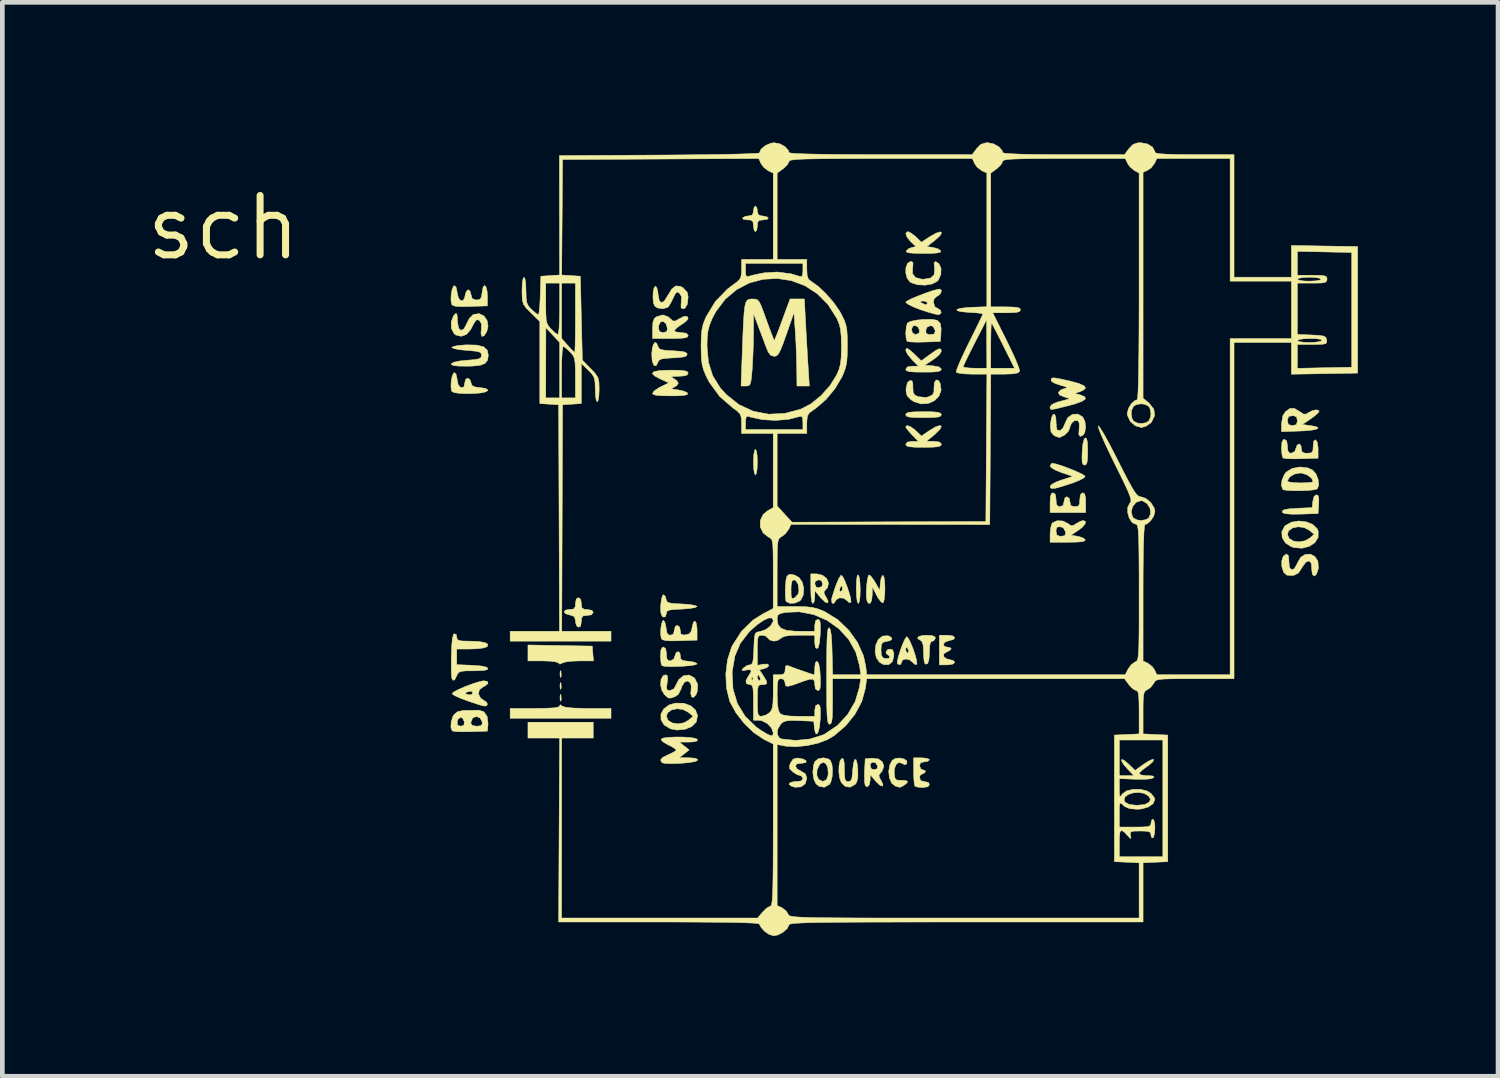
<source format=kicad_pcb>
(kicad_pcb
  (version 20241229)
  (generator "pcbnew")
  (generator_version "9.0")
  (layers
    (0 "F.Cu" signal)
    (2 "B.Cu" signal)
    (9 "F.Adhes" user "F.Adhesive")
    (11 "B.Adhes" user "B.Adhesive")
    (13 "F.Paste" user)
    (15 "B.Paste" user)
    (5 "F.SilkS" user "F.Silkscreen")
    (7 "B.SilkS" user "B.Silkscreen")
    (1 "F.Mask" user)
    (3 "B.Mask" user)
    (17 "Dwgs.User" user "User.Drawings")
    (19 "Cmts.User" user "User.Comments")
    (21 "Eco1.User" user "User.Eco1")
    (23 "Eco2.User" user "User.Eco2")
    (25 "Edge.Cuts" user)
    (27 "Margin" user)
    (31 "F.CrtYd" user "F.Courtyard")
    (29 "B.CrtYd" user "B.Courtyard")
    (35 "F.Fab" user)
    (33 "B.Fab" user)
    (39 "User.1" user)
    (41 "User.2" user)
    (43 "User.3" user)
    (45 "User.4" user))
  (footprint "sch"
    (layer "F.Cu")
    (at 1.731 1.825)
    (property "Reference" "sch" (at 0 0 0) (layer "F.SilkS") (effects (font (size 1.27 1.27) (thickness 0.15))))
    (attr through_hole)
    (fp_poly (pts (xy 7.224 9.487) (xy 7.226 9.494) (xy 7.232 9.586) (xy 7.224 9.621) (xy 7.211 9.622) (xy 7.205 9.556) (xy 7.205 9.546) (xy 7.211 9.481) (xy 7.224 9.487)) (stroke (width 0.01) (type solid)) (fill yes) (layer "F.SilkS"))
    (fp_poly (pts (xy 7.224 9.741) (xy 7.226 9.748) (xy 7.232 9.84) (xy 7.224 9.875) (xy 7.211 9.876) (xy 7.205 9.81) (xy 7.205 9.8) (xy 7.211 9.735) (xy 7.224 9.741)) (stroke (width 0.01) (type solid)) (fill yes) (layer "F.SilkS"))
    (fp_poly (pts (xy 7.224 9.995) (xy 7.226 10.002) (xy 7.232 10.094) (xy 7.224 10.129) (xy 7.211 10.13) (xy 7.205 10.064) (xy 7.205 10.054) (xy 7.211 9.989) (xy 7.224 9.995)) (stroke (width 0.01) (type solid)) (fill yes) (layer "F.SilkS"))
    (fp_poly (pts (xy 11.41 4.78) (xy 11.425 4.883) (xy 11.43 5.016) (xy 11.424 5.16) (xy 11.408 5.259) (xy 11.388 5.292) (xy 11.366 5.253) (xy 11.35 5.15) (xy 11.345 5.016) (xy 11.351 4.873) (xy 11.367 4.774) (xy 11.388 4.741) (xy 11.41 4.78)) (stroke (width 0.01) (type solid)) (fill yes) (layer "F.SilkS"))
    (fp_poly (pts (xy 13.61 7.482) (xy 13.625 7.595) (xy 13.631 7.744) (xy 13.631 7.749) (xy 13.626 7.901) (xy 13.611 8.005) (xy 13.589 8.043) (xy 13.568 8.004) (xy 13.553 7.897) (xy 13.547 7.74) (xy 13.547 7.723) (xy 13.552 7.552) (xy 13.566 7.452) (xy 13.589 7.429) (xy 13.61 7.482)) (stroke (width 0.01) (type solid)) (fill yes) (layer "F.SilkS"))
    (fp_poly (pts (xy 18.476 4.513) (xy 18.493 4.588) (xy 18.499 4.735) (xy 18.5 4.78) (xy 18.496 4.941) (xy 18.483 5.034) (xy 18.458 5.074) (xy 18.434 5.08) (xy 18.399 5.065) (xy 18.381 5.011) (xy 18.378 4.899) (xy 18.381 4.798) (xy 18.397 4.626) (xy 18.424 4.524) (xy 18.447 4.498) (xy 18.476 4.513)) (stroke (width 0.01) (type solid)) (fill yes) (layer "F.SilkS"))
    (fp_poly (pts (xy 7.247 10.236) (xy 7.32 10.262) (xy 7.477 10.279) (xy 7.716 10.287) (xy 7.798 10.287) (xy 8.297 10.287) (xy 8.297 10.499) (xy 6.138 10.499) (xy 6.138 10.287) (xy 6.668 10.287) (xy 6.907 10.284) (xy 7.069 10.276) (xy 7.163 10.261) (xy 7.196 10.239) (xy 7.197 10.236) (xy 7.209 10.207) (xy 7.247 10.236)) (stroke (width 0.01) (type solid)) (fill yes) (layer "F.SilkS"))
    (fp_poly (pts (xy 7.207 8.942) (xy 7.895 8.954) (xy 7.908 9.112) (xy 7.921 9.271) (xy 7.61 9.271) (xy 7.452 9.277) (xy 7.325 9.293) (xy 7.255 9.315) (xy 7.252 9.317) (xy 7.201 9.34) (xy 7.178 9.317) (xy 7.123 9.294) (xy 7.003 9.277) (xy 6.84 9.271) (xy 6.834 9.271) (xy 6.519 9.271) (xy 6.519 8.93) (xy 7.207 8.942)) (stroke (width 0.01) (type solid)) (fill yes) (layer "F.SilkS"))
    (fp_poly (pts (xy 23.433 5.735) (xy 23.447 5.806) (xy 23.444 5.916) (xy 23.431 6.117) (xy 23.065 6.129) (xy 22.875 6.131) (xy 22.74 6.121) (xy 22.673 6.101) (xy 22.67 6.097) (xy 22.665 6.059) (xy 22.711 6.033) (xy 22.819 6.015) (xy 22.999 6.003) (xy 23.029 6.002) (xy 23.305 5.99) (xy 23.318 5.853) (xy 23.346 5.748) (xy 23.394 5.715) (xy 23.433 5.735)) (stroke (width 0.01) (type solid)) (fill yes) (layer "F.SilkS"))
    (fp_poly (pts (xy 15.172 3.939) (xy 15.288 3.949) (xy 15.348 3.967) (xy 15.367 3.996) (xy 15.367 4) (xy 15.352 4.031) (xy 15.298 4.051) (xy 15.19 4.061) (xy 15.014 4.064) (xy 14.986 4.064) (xy 14.8 4.062) (xy 14.684 4.052) (xy 14.624 4.034) (xy 14.605 4.005) (xy 14.605 4) (xy 14.62 3.97) (xy 14.674 3.95) (xy 14.782 3.94) (xy 14.958 3.937) (xy 14.986 3.937) (xy 15.172 3.939)) (stroke (width 0.01) (type solid)) (fill yes) (layer "F.SilkS"))
    (fp_poly (pts (xy 15.175 8.729) (xy 15.232 8.757) (xy 15.24 8.784) (xy 15.206 8.84) (xy 15.177 8.848) (xy 15.138 8.869) (xy 15.118 8.943) (xy 15.113 9.078) (xy 15.103 9.238) (xy 15.075 9.328) (xy 15.032 9.341) (xy 15.013 9.326) (xy 14.998 9.272) (xy 14.988 9.162) (xy 14.986 9.078) (xy 14.977 8.929) (xy 14.947 8.85) (xy 14.922 8.832) (xy 14.861 8.792) (xy 14.873 8.754) (xy 14.952 8.728) (xy 15.05 8.721) (xy 15.175 8.729)) (stroke (width 0.01) (type solid)) (fill yes) (layer "F.SilkS"))
    (fp_poly (pts (xy 15.611 8.736) (xy 15.656 8.772) (xy 15.626 8.812) (xy 15.522 8.84) (xy 15.441 8.871) (xy 15.41 8.921) (xy 15.437 8.963) (xy 15.494 8.975) (xy 15.563 8.99) (xy 15.579 9.012) (xy 15.543 9.052) (xy 15.494 9.072) (xy 15.421 9.117) (xy 15.417 9.177) (xy 15.476 9.226) (xy 15.522 9.236) (xy 15.627 9.265) (xy 15.655 9.305) (xy 15.61 9.34) (xy 15.498 9.356) (xy 15.325 9.356) (xy 15.325 8.721) (xy 15.498 8.721) (xy 15.611 8.736)) (stroke (width 0.01) (type solid)) (fill yes) (layer "F.SilkS"))
    (fp_poly (pts (xy 9.274 2.471) (xy 9.301 2.538) (xy 9.324 2.583) (xy 9.377 2.61) (xy 9.479 2.625) (xy 9.625 2.633) (xy 9.789 2.644) (xy 9.884 2.662) (xy 9.924 2.692) (xy 9.927 2.709) (xy 9.908 2.745) (xy 9.84 2.767) (xy 9.708 2.781) (xy 9.625 2.785) (xy 9.464 2.795) (xy 9.368 2.811) (xy 9.32 2.84) (xy 9.301 2.88) (xy 9.263 2.953) (xy 9.22 2.949) (xy 9.184 2.873) (xy 9.177 2.836) (xy 9.169 2.701) (xy 9.18 2.583) (xy 9.205 2.496) (xy 9.238 2.454) (xy 9.274 2.471)) (stroke (width 0.01) (type solid)) (fill yes) (layer "F.SilkS"))
    (fp_poly (pts (xy 17.831 5.058) (xy 17.957 5.098) (xy 18.103 5.152) (xy 18.247 5.211) (xy 18.365 5.266) (xy 18.436 5.308) (xy 18.446 5.319) (xy 18.416 5.356) (xy 18.318 5.407) (xy 18.168 5.466) (xy 18.131 5.478) (xy 17.938 5.54) (xy 17.811 5.575) (xy 17.737 5.583) (xy 17.703 5.566) (xy 17.695 5.532) (xy 17.732 5.491) (xy 17.829 5.44) (xy 17.939 5.399) (xy 18.182 5.321) (xy 17.939 5.24) (xy 17.8 5.183) (xy 17.715 5.129) (xy 17.695 5.098) (xy 17.725 5.045) (xy 17.748 5.04) (xy 17.831 5.058)) (stroke (width 0.01) (type solid)) (fill yes) (layer "F.SilkS"))
    (fp_poly (pts (xy 15.306 3.268) (xy 15.341 3.327) (xy 15.363 3.476) (xy 15.316 3.605) (xy 15.219 3.702) (xy 15.086 3.761) (xy 14.935 3.77) (xy 14.781 3.722) (xy 14.714 3.678) (xy 14.635 3.595) (xy 14.611 3.496) (xy 14.613 3.435) (xy 14.642 3.313) (xy 14.695 3.269) (xy 14.74 3.278) (xy 14.758 3.342) (xy 14.758 3.414) (xy 14.764 3.525) (xy 14.803 3.583) (xy 14.87 3.615) (xy 15.036 3.632) (xy 15.102 3.615) (xy 15.18 3.575) (xy 15.209 3.51) (xy 15.21 3.416) (xy 15.22 3.309) (xy 15.258 3.257) (xy 15.306 3.268)) (stroke (width 0.01) (type solid)) (fill yes) (layer "F.SilkS"))
    (fp_poly (pts (xy 9.458 7.889) (xy 9.475 7.946) (xy 9.489 7.994) (xy 9.525 8.023) (xy 9.603 8.04) (xy 9.741 8.049) (xy 9.813 8.052) (xy 9.969 8.063) (xy 10.083 8.081) (xy 10.137 8.102) (xy 10.139 8.107) (xy 10.1 8.128) (xy 9.996 8.147) (xy 9.847 8.16) (xy 9.811 8.162) (xy 9.645 8.17) (xy 9.546 8.183) (xy 9.498 8.206) (xy 9.483 8.243) (xy 9.483 8.257) (xy 9.459 8.327) (xy 9.41 8.332) (xy 9.373 8.281) (xy 9.359 8.198) (xy 9.361 8.083) (xy 9.374 7.968) (xy 9.396 7.881) (xy 9.419 7.853) (xy 9.458 7.889)) (stroke (width 0.01) (type solid)) (fill yes) (layer "F.SilkS"))
    (fp_poly (pts (xy 13.271 11.372) (xy 13.288 11.452) (xy 13.293 11.596) (xy 13.296 11.739) (xy 13.309 11.817) (xy 13.339 11.849) (xy 13.375 11.853) (xy 13.423 11.842) (xy 13.451 11.794) (xy 13.465 11.691) (xy 13.47 11.61) (xy 13.488 11.454) (xy 13.514 11.38) (xy 13.543 11.388) (xy 13.568 11.479) (xy 13.58 11.605) (xy 13.58 11.767) (xy 13.555 11.869) (xy 13.524 11.912) (xy 13.415 11.974) (xy 13.307 11.956) (xy 13.228 11.878) (xy 13.191 11.781) (xy 13.174 11.651) (xy 13.177 11.518) (xy 13.199 11.41) (xy 13.239 11.356) (xy 13.24 11.356) (xy 13.271 11.372)) (stroke (width 0.01) (type solid)) (fill yes) (layer "F.SilkS"))
    (fp_poly (pts (xy 7.649 7.954) (xy 7.662 8.043) (xy 7.673 8.133) (xy 7.722 8.166) (xy 7.789 8.17) (xy 7.89 8.189) (xy 7.916 8.234) (xy 7.878 8.284) (xy 7.789 8.297) (xy 7.699 8.308) (xy 7.666 8.357) (xy 7.662 8.424) (xy 7.647 8.525) (xy 7.605 8.55) (xy 7.564 8.523) (xy 7.541 8.462) (xy 7.535 8.399) (xy 7.512 8.322) (xy 7.43 8.291) (xy 7.422 8.29) (xy 7.324 8.261) (xy 7.291 8.218) (xy 7.326 8.182) (xy 7.405 8.17) (xy 7.496 8.161) (xy 7.531 8.114) (xy 7.535 8.043) (xy 7.554 7.943) (xy 7.599 7.916) (xy 7.649 7.954)) (stroke (width 0.01) (type solid)) (fill yes) (layer "F.SilkS"))
    (fp_poly (pts (xy 13.864 7.463) (xy 13.926 7.548) (xy 13.955 7.596) (xy 14.049 7.763) (xy 14.062 7.596) (xy 14.08 7.494) (xy 14.108 7.442) (xy 14.118 7.44) (xy 14.141 7.485) (xy 14.155 7.586) (xy 14.16 7.718) (xy 14.156 7.853) (xy 14.143 7.965) (xy 14.122 8.026) (xy 14.116 8.03) (xy 14.073 8.004) (xy 14.014 7.923) (xy 13.981 7.864) (xy 13.891 7.684) (xy 13.888 7.863) (xy 13.874 7.98) (xy 13.842 8.04) (xy 13.802 8.033) (xy 13.776 7.986) (xy 13.763 7.907) (xy 13.762 7.787) (xy 13.77 7.653) (xy 13.784 7.532) (xy 13.804 7.45) (xy 13.82 7.429) (xy 13.864 7.463)) (stroke (width 0.01) (type solid)) (fill yes) (layer "F.SilkS"))
    (fp_poly (pts (xy 14.569 11.369) (xy 14.628 11.41) (xy 14.63 11.467) (xy 14.628 11.47) (xy 14.586 11.497) (xy 14.538 11.469) (xy 14.461 11.443) (xy 14.398 11.487) (xy 14.362 11.585) (xy 14.359 11.68) (xy 14.375 11.781) (xy 14.414 11.822) (xy 14.502 11.826) (xy 14.51 11.826) (xy 14.603 11.831) (xy 14.647 11.853) (xy 14.647 11.856) (xy 14.615 11.898) (xy 14.547 11.947) (xy 14.484 11.976) (xy 14.47 11.975) (xy 14.423 11.962) (xy 14.387 11.952) (xy 14.306 11.891) (xy 14.256 11.777) (xy 14.241 11.637) (xy 14.264 11.497) (xy 14.317 11.398) (xy 14.387 11.357) (xy 14.48 11.349) (xy 14.569 11.369)) (stroke (width 0.01) (type solid)) (fill yes) (layer "F.SilkS"))
    (fp_poly (pts (xy 14.759 0.74) (xy 14.759 0.815) (xy 14.753 0.848) (xy 14.75 0.982) (xy 14.814 1.065) (xy 14.947 1.1) (xy 14.986 1.101) (xy 15.134 1.077) (xy 15.213 1.005) (xy 15.225 0.883) (xy 15.219 0.848) (xy 15.212 0.75) (xy 15.245 0.722) (xy 15.315 0.769) (xy 15.316 0.77) (xy 15.361 0.868) (xy 15.357 0.995) (xy 15.307 1.113) (xy 15.282 1.143) (xy 15.174 1.202) (xy 15.022 1.228) (xy 14.86 1.22) (xy 14.723 1.176) (xy 14.699 1.162) (xy 14.635 1.081) (xy 14.606 0.969) (xy 14.609 0.854) (xy 14.644 0.762) (xy 14.71 0.72) (xy 14.719 0.72) (xy 14.759 0.74)) (stroke (width 0.01) (type solid)) (fill yes) (layer "F.SilkS"))
    (fp_poly (pts (xy 15.05 11.355) (xy 15.109 11.378) (xy 15.113 11.388) (xy 15.077 11.419) (xy 15.007 11.43) (xy 14.924 11.45) (xy 14.901 11.515) (xy 14.928 11.584) (xy 14.965 11.599) (xy 15.021 11.622) (xy 15.028 11.642) (xy 14.994 11.679) (xy 14.965 11.684) (xy 14.913 11.719) (xy 14.901 11.769) (xy 14.926 11.835) (xy 15.007 11.853) (xy 15.092 11.875) (xy 15.113 11.917) (xy 15.079 11.965) (xy 14.973 11.98) (xy 14.972 11.98) (xy 14.867 11.973) (xy 14.804 11.954) (xy 14.803 11.952) (xy 14.788 11.898) (xy 14.778 11.785) (xy 14.774 11.635) (xy 14.774 11.345) (xy 14.944 11.345) (xy 15.05 11.355)) (stroke (width 0.01) (type solid)) (fill yes) (layer "F.SilkS"))
    (fp_poly (pts (xy 18.434 5.695) (xy 18.453 5.774) (xy 18.457 5.884) (xy 18.457 6.096) (xy 17.695 6.096) (xy 17.695 5.884) (xy 17.702 5.751) (xy 17.726 5.686) (xy 17.759 5.673) (xy 17.806 5.705) (xy 17.822 5.807) (xy 17.822 5.821) (xy 17.832 5.923) (xy 17.869 5.964) (xy 17.907 5.969) (xy 17.973 5.944) (xy 17.992 5.863) (xy 18.014 5.778) (xy 18.055 5.757) (xy 18.106 5.794) (xy 18.119 5.863) (xy 18.136 5.944) (xy 18.205 5.969) (xy 18.224 5.969) (xy 18.296 5.958) (xy 18.325 5.908) (xy 18.33 5.821) (xy 18.344 5.711) (xy 18.388 5.673) (xy 18.394 5.673) (xy 18.434 5.695)) (stroke (width 0.01) (type solid)) (fill yes) (layer "F.SilkS"))
    (fp_poly (pts (xy 9.856 10.177) (xy 10.003 10.231) (xy 10.105 10.322) (xy 10.15 10.44) (xy 10.124 10.571) (xy 10.119 10.581) (xy 10.025 10.676) (xy 9.88 10.735) (xy 9.712 10.751) (xy 9.567 10.723) (xy 9.433 10.641) (xy 9.367 10.531) (xy 9.366 10.457) (xy 9.483 10.457) (xy 9.519 10.544) (xy 9.61 10.599) (xy 9.732 10.618) (xy 9.86 10.595) (xy 9.954 10.541) (xy 10.054 10.456) (xy 9.954 10.372) (xy 9.839 10.311) (xy 9.71 10.295) (xy 9.591 10.32) (xy 9.508 10.381) (xy 9.483 10.457) (xy 9.366 10.457) (xy 9.365 10.411) (xy 9.424 10.299) (xy 9.54 10.213) (xy 9.677 10.174) (xy 9.856 10.177)) (stroke (width 0.01) (type solid)) (fill yes) (layer "F.SilkS"))
    (fp_poly (pts (xy 4.978 3.127) (xy 5.001 3.227) (xy 5.003 3.246) (xy 5.029 3.368) (xy 5.082 3.419) (xy 5.091 3.421) (xy 5.147 3.409) (xy 5.165 3.333) (xy 5.165 3.326) (xy 5.188 3.241) (xy 5.238 3.219) (xy 5.285 3.263) (xy 5.299 3.313) (xy 5.322 3.375) (xy 5.384 3.407) (xy 5.495 3.421) (xy 5.617 3.44) (xy 5.662 3.475) (xy 5.661 3.484) (xy 5.612 3.514) (xy 5.502 3.536) (xy 5.356 3.548) (xy 5.198 3.551) (xy 5.05 3.544) (xy 4.939 3.527) (xy 4.886 3.499) (xy 4.886 3.499) (xy 4.871 3.406) (xy 4.876 3.288) (xy 4.897 3.178) (xy 4.928 3.109) (xy 4.94 3.102) (xy 4.978 3.127)) (stroke (width 0.01) (type solid)) (fill yes) (layer "F.SilkS"))
    (fp_poly (pts (xy 11.419 -0.429) (xy 11.43 -0.36) (xy 11.448 -0.279) (xy 11.516 -0.254) (xy 11.533 -0.254) (xy 11.623 -0.238) (xy 11.663 -0.212) (xy 11.646 -0.182) (xy 11.564 -0.169) (xy 11.559 -0.169) (xy 11.468 -0.159) (xy 11.434 -0.112) (xy 11.43 -0.042) (xy 11.418 0.047) (xy 11.388 0.085) (xy 11.388 0.085) (xy 11.358 0.048) (xy 11.345 -0.041) (xy 11.345 -0.042) (xy 11.335 -0.132) (xy 11.287 -0.165) (xy 11.216 -0.169) (xy 11.131 -0.181) (xy 11.112 -0.21) (xy 11.113 -0.212) (xy 11.171 -0.244) (xy 11.242 -0.254) (xy 11.321 -0.272) (xy 11.345 -0.342) (xy 11.345 -0.36) (xy 11.36 -0.439) (xy 11.388 -0.466) (xy 11.419 -0.429)) (stroke (width 0.01) (type solid)) (fill yes) (layer "F.SilkS"))
    (fp_poly (pts (xy 12.952 11.37) (xy 12.988 11.396) (xy 13.025 11.48) (xy 13.038 11.61) (xy 13.03 11.751) (xy 13 11.868) (xy 12.972 11.914) (xy 12.863 11.975) (xy 12.749 11.954) (xy 12.685 11.903) (xy 12.636 11.798) (xy 12.625 11.719) (xy 12.703 11.719) (xy 12.742 11.807) (xy 12.817 11.846) (xy 12.843 11.845) (xy 12.908 11.815) (xy 12.939 11.733) (xy 12.946 11.68) (xy 12.937 11.553) (xy 12.895 11.469) (xy 12.834 11.441) (xy 12.766 11.483) (xy 12.759 11.493) (xy 12.707 11.606) (xy 12.703 11.719) (xy 12.625 11.719) (xy 12.617 11.653) (xy 12.631 11.506) (xy 12.659 11.427) (xy 12.734 11.366) (xy 12.845 11.345) (xy 12.952 11.37)) (stroke (width 0.01) (type solid)) (fill yes) (layer "F.SilkS"))
    (fp_poly (pts (xy 14.717 0.112) (xy 14.804 0.179) (xy 14.824 0.197) (xy 14.941 0.309) (xy 15.111 0.197) (xy 15.253 0.116) (xy 15.343 0.087) (xy 15.374 0.106) (xy 15.34 0.168) (xy 15.235 0.265) (xy 15.211 0.284) (xy 15.055 0.402) (xy 15.197 0.423) (xy 15.298 0.452) (xy 15.355 0.493) (xy 15.357 0.497) (xy 15.343 0.524) (xy 15.274 0.54) (xy 15.14 0.549) (xy 14.986 0.55) (xy 14.793 0.547) (xy 14.674 0.537) (xy 14.62 0.517) (xy 14.615 0.499) (xy 14.666 0.449) (xy 14.728 0.424) (xy 14.823 0.402) (xy 14.714 0.299) (xy 14.635 0.205) (xy 14.606 0.129) (xy 14.633 0.088) (xy 14.656 0.085) (xy 14.717 0.112)) (stroke (width 0.01) (type solid)) (fill yes) (layer "F.SilkS"))
    (fp_poly (pts (xy 23.176 6.294) (xy 23.316 6.35) (xy 23.412 6.441) (xy 23.434 6.495) (xy 23.431 6.629) (xy 23.361 6.741) (xy 23.24 6.82) (xy 23.087 6.859) (xy 22.917 6.845) (xy 22.86 6.828) (xy 22.733 6.747) (xy 22.662 6.632) (xy 22.658 6.562) (xy 22.775 6.562) (xy 22.811 6.65) (xy 22.902 6.705) (xy 23.024 6.723) (xy 23.153 6.7) (xy 23.247 6.646) (xy 23.347 6.562) (xy 23.247 6.477) (xy 23.131 6.416) (xy 23.002 6.4) (xy 22.884 6.425) (xy 22.8 6.487) (xy 22.775 6.562) (xy 22.658 6.562) (xy 22.654 6.505) (xy 22.715 6.389) (xy 22.73 6.374) (xy 22.859 6.302) (xy 23.016 6.276) (xy 23.176 6.294)) (stroke (width 0.01) (type solid)) (fill yes) (layer "F.SilkS"))
    (fp_poly (pts (xy 9.466 9.007) (xy 9.483 9.109) (xy 9.483 9.123) (xy 9.492 9.225) (xy 9.53 9.267) (xy 9.564 9.271) (xy 9.638 9.235) (xy 9.66 9.179) (xy 9.691 9.094) (xy 9.737 9.07) (xy 9.773 9.109) (xy 9.779 9.159) (xy 9.789 9.228) (xy 9.833 9.262) (xy 9.935 9.277) (xy 9.959 9.279) (xy 10.069 9.296) (xy 10.132 9.323) (xy 10.139 9.335) (xy 10.1 9.354) (xy 10 9.371) (xy 9.862 9.383) (xy 9.708 9.391) (xy 9.563 9.393) (xy 9.448 9.387) (xy 9.387 9.373) (xy 9.385 9.371) (xy 9.367 9.314) (xy 9.357 9.205) (xy 9.356 9.158) (xy 9.365 9.035) (xy 9.395 8.981) (xy 9.419 8.975) (xy 9.466 9.007)) (stroke (width 0.01) (type solid)) (fill yes) (layer "F.SilkS"))
    (fp_poly (pts (xy 12.227 7.433) (xy 12.322 7.487) (xy 12.393 7.589) (xy 12.423 7.725) (xy 12.411 7.863) (xy 12.357 7.97) (xy 12.337 7.987) (xy 12.235 8.033) (xy 12.129 8.039) (xy 12.054 8.006) (xy 12.04 7.986) (xy 12.03 7.914) (xy 12.028 7.789) (xy 12.029 7.748) (xy 12.15 7.748) (xy 12.152 7.873) (xy 12.166 7.929) (xy 12.198 7.933) (xy 12.234 7.916) (xy 12.303 7.839) (xy 12.319 7.77) (xy 12.301 7.628) (xy 12.25 7.548) (xy 12.209 7.535) (xy 12.171 7.563) (xy 12.152 7.656) (xy 12.15 7.748) (xy 12.029 7.748) (xy 12.031 7.679) (xy 12.042 7.537) (xy 12.063 7.459) (xy 12.1 7.425) (xy 12.132 7.417) (xy 12.227 7.433)) (stroke (width 0.01) (type solid)) (fill yes) (layer "F.SilkS"))
    (fp_poly (pts (xy 12.327 11.353) (xy 12.426 11.377) (xy 12.476 11.414) (xy 12.467 11.448) (xy 12.393 11.46) (xy 12.376 11.46) (xy 12.277 11.474) (xy 12.244 11.522) (xy 12.28 11.583) (xy 12.36 11.628) (xy 12.458 11.687) (xy 12.488 11.773) (xy 12.488 11.778) (xy 12.455 11.899) (xy 12.365 11.967) (xy 12.236 11.975) (xy 12.16 11.952) (xy 12.107 11.913) (xy 12.128 11.877) (xy 12.211 11.855) (xy 12.255 11.853) (xy 12.365 11.84) (xy 12.403 11.796) (xy 12.404 11.79) (xy 12.372 11.734) (xy 12.345 11.726) (xy 12.271 11.701) (xy 12.188 11.647) (xy 12.122 11.58) (xy 12.117 11.513) (xy 12.141 11.453) (xy 12.195 11.373) (xy 12.275 11.35) (xy 12.327 11.353)) (stroke (width 0.01) (type solid)) (fill yes) (layer "F.SilkS"))
    (fp_poly (pts (xy 13.258 7.469) (xy 13.303 7.56) (xy 13.351 7.684) (xy 13.395 7.817) (xy 13.426 7.932) (xy 13.434 8.007) (xy 13.431 8.018) (xy 13.391 8.021) (xy 13.356 7.986) (xy 13.278 7.929) (xy 13.186 7.921) (xy 13.117 7.962) (xy 13.108 7.98) (xy 13.065 8.041) (xy 13.027 8.032) (xy 13.017 7.963) (xy 13.022 7.933) (xy 13.067 7.78) (xy 13.192 7.78) (xy 13.209 7.789) (xy 13.246 7.755) (xy 13.25 7.726) (xy 13.241 7.669) (xy 13.234 7.662) (xy 13.206 7.695) (xy 13.193 7.726) (xy 13.192 7.78) (xy 13.067 7.78) (xy 13.068 7.777) (xy 13.121 7.628) (xy 13.172 7.51) (xy 13.214 7.443) (xy 13.226 7.436) (xy 13.258 7.469)) (stroke (width 0.01) (type solid)) (fill yes) (layer "F.SilkS"))
    (fp_poly (pts (xy 14.298 8.769) (xy 14.309 8.805) (xy 14.272 8.836) (xy 14.192 8.855) (xy 14.117 8.873) (xy 14.084 8.92) (xy 14.076 9.023) (xy 14.076 9.038) (xy 14.083 9.15) (xy 14.115 9.203) (xy 14.171 9.221) (xy 14.245 9.215) (xy 14.266 9.189) (xy 14.236 9.146) (xy 14.224 9.144) (xy 14.186 9.11) (xy 14.182 9.081) (xy 14.217 9.029) (xy 14.266 9.017) (xy 14.325 9.034) (xy 14.349 9.101) (xy 14.351 9.161) (xy 14.32 9.286) (xy 14.24 9.352) (xy 14.131 9.35) (xy 14.047 9.303) (xy 13.975 9.201) (xy 13.949 9.067) (xy 13.965 8.928) (xy 14.019 8.81) (xy 14.108 8.741) (xy 14.12 8.738) (xy 14.23 8.732) (xy 14.298 8.769)) (stroke (width 0.01) (type solid)) (fill yes) (layer "F.SilkS"))
    (fp_poly (pts (xy 5.42 2.511) (xy 5.567 2.547) (xy 5.648 2.619) (xy 5.671 2.726) (xy 5.655 2.833) (xy 5.601 2.904) (xy 5.496 2.944) (xy 5.328 2.961) (xy 5.209 2.963) (xy 5.029 2.96) (xy 4.923 2.948) (xy 4.88 2.927) (xy 4.879 2.91) (xy 4.931 2.878) (xy 5.058 2.851) (xy 5.21 2.836) (xy 5.372 2.823) (xy 5.467 2.806) (xy 5.512 2.78) (xy 5.524 2.739) (xy 5.524 2.731) (xy 5.516 2.686) (xy 5.477 2.658) (xy 5.392 2.641) (xy 5.243 2.627) (xy 5.207 2.625) (xy 5.055 2.609) (xy 4.943 2.588) (xy 4.891 2.565) (xy 4.889 2.561) (xy 4.928 2.539) (xy 5.031 2.52) (xy 5.177 2.507) (xy 5.202 2.506) (xy 5.42 2.511)) (stroke (width 0.01) (type solid)) (fill yes) (layer "F.SilkS"))
    (fp_poly (pts (xy 5.622 1.267) (xy 5.645 1.361) (xy 5.652 1.464) (xy 5.652 1.672) (xy 5.28 1.684) (xy 5.092 1.688) (xy 4.973 1.681) (xy 4.909 1.662) (xy 4.886 1.636) (xy 4.871 1.543) (xy 4.876 1.425) (xy 4.897 1.315) (xy 4.928 1.247) (xy 4.94 1.239) (xy 4.978 1.265) (xy 5.001 1.364) (xy 5.003 1.383) (xy 5.03 1.498) (xy 5.077 1.559) (xy 5.128 1.56) (xy 5.166 1.493) (xy 5.172 1.456) (xy 5.201 1.357) (xy 5.245 1.325) (xy 5.284 1.364) (xy 5.299 1.426) (xy 5.325 1.515) (xy 5.392 1.544) (xy 5.419 1.545) (xy 5.489 1.534) (xy 5.524 1.483) (xy 5.538 1.384) (xy 5.559 1.271) (xy 5.59 1.235) (xy 5.622 1.267)) (stroke (width 0.01) (type solid)) (fill yes) (layer "F.SilkS"))
    (fp_poly (pts (xy 9.449 8.441) (xy 9.472 8.533) (xy 9.475 8.562) (xy 9.494 8.671) (xy 9.535 8.716) (xy 9.57 8.721) (xy 9.635 8.694) (xy 9.652 8.615) (xy 9.674 8.53) (xy 9.716 8.509) (xy 9.766 8.546) (xy 9.779 8.618) (xy 9.791 8.695) (xy 9.845 8.716) (xy 9.895 8.713) (xy 9.978 8.689) (xy 10.019 8.625) (xy 10.033 8.551) (xy 10.06 8.445) (xy 10.091 8.417) (xy 10.12 8.459) (xy 10.137 8.568) (xy 10.139 8.625) (xy 10.139 8.826) (xy 9.768 8.839) (xy 9.58 8.842) (xy 9.461 8.835) (xy 9.396 8.816) (xy 9.373 8.79) (xy 9.359 8.705) (xy 9.362 8.593) (xy 9.377 8.486) (xy 9.402 8.415) (xy 9.419 8.403) (xy 9.449 8.441)) (stroke (width 0.01) (type solid)) (fill yes) (layer "F.SilkS"))
    (fp_poly (pts (xy 14.659 8.784) (xy 14.705 8.872) (xy 14.756 8.995) (xy 14.802 9.127) (xy 14.834 9.246) (xy 14.845 9.327) (xy 14.84 9.347) (xy 14.795 9.342) (xy 14.756 9.303) (xy 14.685 9.247) (xy 14.601 9.23) (xy 14.537 9.252) (xy 14.52 9.292) (xy 14.494 9.351) (xy 14.436 9.34) (xy 14.425 9.331) (xy 14.424 9.28) (xy 14.449 9.177) (xy 14.489 9.048) (xy 14.493 9.038) (xy 14.605 9.038) (xy 14.627 9.095) (xy 14.646 9.102) (xy 14.669 9.071) (xy 14.663 9.038) (xy 14.633 8.982) (xy 14.622 8.975) (xy 14.607 9.009) (xy 14.605 9.038) (xy 14.493 9.038) (xy 14.537 8.917) (xy 14.584 8.812) (xy 14.621 8.756) (xy 14.626 8.753) (xy 14.659 8.784)) (stroke (width 0.01) (type solid)) (fill yes) (layer "F.SilkS"))
    (fp_poly (pts (xy 15.368 4.252) (xy 15.336 4.316) (xy 15.232 4.419) (xy 15.208 4.439) (xy 15.05 4.569) (xy 15.208 4.571) (xy 15.322 4.584) (xy 15.366 4.624) (xy 15.367 4.636) (xy 15.352 4.666) (xy 15.298 4.686) (xy 15.19 4.696) (xy 15.014 4.699) (xy 14.986 4.699) (xy 14.8 4.697) (xy 14.684 4.687) (xy 14.624 4.669) (xy 14.605 4.64) (xy 14.605 4.636) (xy 14.64 4.587) (xy 14.74 4.572) (xy 14.876 4.572) (xy 14.74 4.432) (xy 14.659 4.343) (xy 14.611 4.278) (xy 14.605 4.263) (xy 14.632 4.232) (xy 14.702 4.254) (xy 14.797 4.321) (xy 14.824 4.346) (xy 14.941 4.458) (xy 15.103 4.346) (xy 15.245 4.261) (xy 15.336 4.231) (xy 15.368 4.252)) (stroke (width 0.01) (type solid)) (fill yes) (layer "F.SilkS"))
    (fp_poly (pts (xy 12.824 7.437) (xy 12.914 7.509) (xy 12.953 7.604) (xy 12.931 7.702) (xy 12.892 7.746) (xy 12.854 7.793) (xy 12.868 7.851) (xy 12.898 7.9) (xy 12.944 7.992) (xy 12.935 8.03) (xy 12.884 8.013) (xy 12.803 7.939) (xy 12.783 7.916) (xy 12.66 7.768) (xy 12.659 7.906) (xy 12.647 7.999) (xy 12.619 8.043) (xy 12.615 8.043) (xy 12.594 8.004) (xy 12.579 7.897) (xy 12.573 7.741) (xy 12.573 7.726) (xy 12.573 7.62) (xy 12.658 7.62) (xy 12.688 7.691) (xy 12.742 7.705) (xy 12.813 7.675) (xy 12.827 7.62) (xy 12.797 7.549) (xy 12.742 7.535) (xy 12.672 7.565) (xy 12.658 7.62) (xy 12.573 7.62) (xy 12.573 7.408) (xy 12.697 7.408) (xy 12.824 7.437)) (stroke (width 0.01) (type solid)) (fill yes) (layer "F.SilkS"))
    (fp_poly (pts (xy 14.017 11.368) (xy 14.105 11.432) (xy 14.137 11.525) (xy 14.1 11.629) (xy 14.074 11.659) (xy 14.032 11.714) (xy 14.043 11.773) (xy 14.074 11.824) (xy 14.118 11.914) (xy 14.107 11.951) (xy 14.054 11.934) (xy 13.973 11.858) (xy 13.962 11.845) (xy 13.845 11.705) (xy 13.844 11.819) (xy 13.828 11.914) (xy 13.791 11.963) (xy 13.75 11.953) (xy 13.735 11.925) (xy 13.724 11.852) (xy 13.721 11.726) (xy 13.724 11.616) (xy 13.73 11.512) (xy 13.843 11.512) (xy 13.871 11.584) (xy 13.931 11.599) (xy 13.998 11.577) (xy 14.004 11.526) (xy 13.965 11.457) (xy 13.904 11.436) (xy 13.854 11.466) (xy 13.843 11.512) (xy 13.73 11.512) (xy 13.737 11.367) (xy 13.883 11.353) (xy 14.017 11.368)) (stroke (width 0.01) (type solid)) (fill yes) (layer "F.SilkS"))
    (fp_poly (pts (xy 14.681 2.609) (xy 14.761 2.677) (xy 14.801 2.715) (xy 14.938 2.848) (xy 15.119 2.715) (xy 15.247 2.626) (xy 15.324 2.589) (xy 15.36 2.601) (xy 15.367 2.645) (xy 15.334 2.703) (xy 15.25 2.781) (xy 15.189 2.825) (xy 15.012 2.942) (xy 15.189 2.955) (xy 15.317 2.978) (xy 15.366 3.021) (xy 15.367 3.029) (xy 15.35 3.059) (xy 15.291 3.078) (xy 15.175 3.088) (xy 14.988 3.09) (xy 14.986 3.09) (xy 14.8 3.088) (xy 14.684 3.079) (xy 14.624 3.061) (xy 14.605 3.031) (xy 14.605 3.027) (xy 14.64 2.978) (xy 14.74 2.963) (xy 14.876 2.963) (xy 14.74 2.824) (xy 14.65 2.716) (xy 14.606 2.632) (xy 14.615 2.587) (xy 14.635 2.582) (xy 14.681 2.609)) (stroke (width 0.01) (type solid)) (fill yes) (layer "F.SilkS"))
    (fp_poly (pts (xy 4.996 1.843) (xy 5.008 1.916) (xy 5.013 2.031) (xy 5.036 2.151) (xy 5.086 2.197) (xy 5.148 2.166) (xy 5.206 2.058) (xy 5.207 2.053) (xy 5.267 1.937) (xy 5.345 1.86) (xy 5.354 1.855) (xy 5.474 1.838) (xy 5.576 1.886) (xy 5.644 1.983) (xy 5.665 2.109) (xy 5.637 2.226) (xy 5.578 2.314) (xy 5.532 2.324) (xy 5.513 2.258) (xy 5.521 2.186) (xy 5.525 2.059) (xy 5.487 1.993) (xy 5.446 1.967) (xy 5.412 1.977) (xy 5.369 2.034) (xy 5.306 2.153) (xy 5.292 2.18) (xy 5.204 2.283) (xy 5.09 2.323) (xy 4.976 2.295) (xy 4.937 2.264) (xy 4.88 2.153) (xy 4.876 2.015) (xy 4.926 1.887) (xy 4.93 1.881) (xy 4.973 1.835) (xy 4.996 1.843)) (stroke (width 0.01) (type solid)) (fill yes) (layer "F.SilkS"))
    (fp_poly (pts (xy 22.797 7.018) (xy 22.807 7.122) (xy 22.806 7.142) (xy 22.818 7.267) (xy 22.861 7.32) (xy 22.921 7.299) (xy 22.979 7.2) (xy 22.985 7.182) (xy 23.059 7.053) (xy 23.16 6.99) (xy 23.269 6.986) (xy 23.364 7.037) (xy 23.427 7.137) (xy 23.438 7.28) (xy 23.435 7.301) (xy 23.396 7.416) (xy 23.348 7.455) (xy 23.309 7.419) (xy 23.294 7.31) (xy 23.295 7.292) (xy 23.283 7.175) (xy 23.237 7.13) (xy 23.171 7.156) (xy 23.095 7.256) (xy 23.082 7.281) (xy 23.012 7.388) (xy 22.923 7.435) (xy 22.873 7.443) (xy 22.761 7.435) (xy 22.697 7.377) (xy 22.693 7.371) (xy 22.655 7.251) (xy 22.653 7.13) (xy 22.685 7.032) (xy 22.746 6.986) (xy 22.757 6.985) (xy 22.797 7.018)) (stroke (width 0.01) (type solid)) (fill yes) (layer "F.SilkS"))
    (fp_poly (pts (xy 22.759 4.562) (xy 22.775 4.664) (xy 22.775 4.678) (xy 22.785 4.78) (xy 22.823 4.822) (xy 22.857 4.826) (xy 22.931 4.79) (xy 22.952 4.734) (xy 22.984 4.649) (xy 23.03 4.625) (xy 23.065 4.666) (xy 23.072 4.717) (xy 23.085 4.795) (xy 23.141 4.823) (xy 23.199 4.826) (xy 23.283 4.818) (xy 23.319 4.777) (xy 23.326 4.678) (xy 23.326 4.674) (xy 23.338 4.567) (xy 23.374 4.539) (xy 23.379 4.54) (xy 23.414 4.593) (xy 23.431 4.707) (xy 23.431 4.745) (xy 23.431 4.932) (xy 23.07 4.944) (xy 22.902 4.946) (xy 22.768 4.942) (xy 22.689 4.931) (xy 22.678 4.926) (xy 22.66 4.869) (xy 22.649 4.76) (xy 22.648 4.713) (xy 22.657 4.59) (xy 22.687 4.536) (xy 22.712 4.53) (xy 22.759 4.562)) (stroke (width 0.01) (type solid)) (fill yes) (layer "F.SilkS"))
    (fp_poly (pts (xy 23.213 5.14) (xy 23.315 5.187) (xy 23.385 5.269) (xy 23.431 5.382) (xy 23.445 5.495) (xy 23.421 5.578) (xy 23.405 5.592) (xy 23.337 5.61) (xy 23.215 5.622) (xy 23.063 5.628) (xy 22.908 5.629) (xy 22.776 5.622) (xy 22.691 5.609) (xy 22.677 5.602) (xy 22.646 5.519) (xy 22.656 5.422) (xy 22.775 5.422) (xy 22.814 5.442) (xy 22.915 5.456) (xy 23.05 5.461) (xy 23.191 5.457) (xy 23.29 5.447) (xy 23.326 5.433) (xy 23.289 5.357) (xy 23.198 5.29) (xy 23.084 5.252) (xy 23.047 5.249) (xy 22.923 5.273) (xy 22.824 5.333) (xy 22.776 5.41) (xy 22.775 5.422) (xy 22.656 5.422) (xy 22.659 5.401) (xy 22.708 5.283) (xy 22.752 5.226) (xy 22.881 5.15) (xy 23.047 5.12) (xy 23.213 5.14)) (stroke (width 0.01) (type solid)) (fill yes) (layer "F.SilkS"))
    (fp_poly (pts (xy 5.656 9.713) (xy 5.664 9.755) (xy 5.603 9.805) (xy 5.567 9.821) (xy 5.48 9.888) (xy 5.46 9.98) (xy 5.507 10.069) (xy 5.569 10.111) (xy 5.639 10.159) (xy 5.651 10.203) (xy 5.633 10.228) (xy 5.605 10.238) (xy 5.552 10.231) (xy 5.458 10.204) (xy 5.305 10.153) (xy 5.228 10.127) (xy 5.075 10.07) (xy 4.959 10.018) (xy 4.899 9.979) (xy 4.895 9.97) (xy 4.906 9.959) (xy 5.174 9.959) (xy 5.199 9.98) (xy 5.231 9.992) (xy 5.302 9.996) (xy 5.338 9.963) (xy 5.323 9.924) (xy 5.273 9.92) (xy 5.227 9.934) (xy 5.174 9.959) (xy 4.906 9.959) (xy 4.934 9.934) (xy 5.032 9.883) (xy 5.166 9.824) (xy 5.313 9.768) (xy 5.45 9.724) (xy 5.555 9.699) (xy 5.577 9.697) (xy 5.656 9.713)) (stroke (width 0.01) (type solid)) (fill yes) (layer "F.SilkS"))
    (fp_poly (pts (xy 9.503 9.588) (xy 9.509 9.661) (xy 9.499 9.737) (xy 9.486 9.845) (xy 9.501 9.894) (xy 9.551 9.906) (xy 9.559 9.906) (xy 9.643 9.868) (xy 9.675 9.811) (xy 9.747 9.67) (xy 9.849 9.588) (xy 9.964 9.572) (xy 10.074 9.629) (xy 10.09 9.645) (xy 10.152 9.772) (xy 10.145 9.922) (xy 10.116 9.995) (xy 10.063 10.052) (xy 10.02 10.038) (xy 10.003 9.966) (xy 10.009 9.913) (xy 10.014 9.807) (xy 9.995 9.741) (xy 9.934 9.7) (xy 9.868 9.728) (xy 9.814 9.815) (xy 9.8 9.863) (xy 9.739 9.987) (xy 9.666 10.036) (xy 9.575 10.067) (xy 9.522 10.063) (xy 9.464 10.014) (xy 9.44 9.991) (xy 9.381 9.894) (xy 9.357 9.777) (xy 9.368 9.666) (xy 9.412 9.588) (xy 9.467 9.567) (xy 9.503 9.588)) (stroke (width 0.01) (type solid)) (fill yes) (layer "F.SilkS"))
    (fp_poly (pts (xy 9.781 1.253) (xy 9.838 1.284) (xy 9.929 1.381) (xy 9.948 1.479) (xy 9.931 1.636) (xy 9.881 1.721) (xy 9.836 1.736) (xy 9.797 1.714) (xy 9.795 1.637) (xy 9.801 1.595) (xy 9.806 1.473) (xy 9.761 1.4) (xy 9.715 1.375) (xy 9.677 1.403) (xy 9.631 1.497) (xy 9.626 1.508) (xy 9.572 1.618) (xy 9.522 1.693) (xy 9.51 1.703) (xy 9.403 1.734) (xy 9.291 1.716) (xy 9.231 1.675) (xy 9.205 1.605) (xy 9.195 1.496) (xy 9.199 1.381) (xy 9.218 1.289) (xy 9.248 1.249) (xy 9.25 1.249) (xy 9.278 1.287) (xy 9.3 1.381) (xy 9.305 1.429) (xy 9.329 1.558) (xy 9.374 1.605) (xy 9.436 1.571) (xy 9.51 1.454) (xy 9.511 1.453) (xy 9.598 1.31) (xy 9.684 1.245) (xy 9.781 1.253)) (stroke (width 0.01) (type solid)) (fill yes) (layer "F.SilkS"))
    (fp_poly (pts (xy 15.369 1.338) (xy 15.357 1.394) (xy 15.31 1.447) (xy 15.282 1.46) (xy 15.211 1.523) (xy 15.198 1.594) (xy 15.228 1.691) (xy 15.282 1.723) (xy 15.349 1.765) (xy 15.364 1.82) (xy 15.324 1.857) (xy 15.293 1.859) (xy 15.218 1.844) (xy 15.09 1.808) (xy 14.934 1.758) (xy 14.912 1.75) (xy 14.766 1.693) (xy 14.658 1.639) (xy 14.607 1.598) (xy 14.605 1.593) (xy 14.628 1.574) (xy 14.914 1.574) (xy 14.929 1.599) (xy 14.944 1.609) (xy 15.031 1.648) (xy 15.069 1.623) (xy 15.071 1.609) (xy 15.035 1.576) (xy 14.975 1.567) (xy 14.914 1.574) (xy 14.628 1.574) (xy 14.642 1.563) (xy 14.737 1.515) (xy 14.871 1.459) (xy 15.019 1.402) (xy 15.162 1.353) (xy 15.277 1.321) (xy 15.335 1.312) (xy 15.369 1.338)) (stroke (width 0.01) (type solid)) (fill yes) (layer "F.SilkS"))
    (fp_poly (pts (xy 18.391 4.046) (xy 18.439 4.139) (xy 18.455 4.263) (xy 18.438 4.379) (xy 18.401 4.439) (xy 18.337 4.468) (xy 18.309 4.421) (xy 18.317 4.298) (xy 18.32 4.187) (xy 18.291 4.129) (xy 18.221 4.127) (xy 18.154 4.181) (xy 18.119 4.265) (xy 18.119 4.278) (xy 18.085 4.357) (xy 18.005 4.436) (xy 17.913 4.483) (xy 17.885 4.487) (xy 17.815 4.464) (xy 17.764 4.433) (xy 17.715 4.368) (xy 17.7 4.259) (xy 17.703 4.193) (xy 17.725 4.064) (xy 17.759 3.996) (xy 17.793 3.994) (xy 17.818 4.062) (xy 17.822 4.138) (xy 17.828 4.25) (xy 17.843 4.322) (xy 17.848 4.329) (xy 17.907 4.343) (xy 17.968 4.292) (xy 18.012 4.194) (xy 18.014 4.187) (xy 18.073 4.064) (xy 18.173 3.994) (xy 18.288 3.987) (xy 18.391 4.046)) (stroke (width 0.01) (type solid)) (fill yes) (layer "F.SilkS"))
    (fp_poly (pts (xy 9.828 10.9) (xy 9.977 10.909) (xy 10.091 10.926) (xy 10.148 10.95) (xy 10.149 10.954) (xy 10.131 10.988) (xy 10.043 11.005) (xy 9.962 11.008) (xy 9.758 11.009) (xy 9.864 11.092) (xy 9.97 11.176) (xy 9.864 11.26) (xy 9.758 11.343) (xy 9.962 11.344) (xy 10.093 11.353) (xy 10.148 11.377) (xy 10.15 11.398) (xy 10.103 11.422) (xy 9.995 11.443) (xy 9.851 11.458) (xy 9.694 11.468) (xy 9.548 11.47) (xy 9.436 11.462) (xy 9.385 11.446) (xy 9.358 11.391) (xy 9.399 11.339) (xy 9.515 11.281) (xy 9.525 11.277) (xy 9.628 11.229) (xy 9.688 11.188) (xy 9.694 11.178) (xy 9.659 11.143) (xy 9.571 11.092) (xy 9.524 11.07) (xy 9.424 11.014) (xy 9.371 10.963) (xy 9.369 10.947) (xy 9.416 10.922) (xy 9.525 10.907) (xy 9.67 10.9) (xy 9.828 10.9)) (stroke (width 0.01) (type solid)) (fill yes) (layer "F.SilkS"))
    (fp_poly (pts (xy 22.925 3.866) (xy 23.039 3.935) (xy 23.12 3.989) (xy 23.179 3.987) (xy 23.224 3.958) (xy 23.313 3.912) (xy 23.398 3.897) (xy 23.449 3.916) (xy 23.453 3.931) (xy 23.42 3.974) (xy 23.338 4.043) (xy 23.273 4.09) (xy 23.093 4.211) (xy 23.262 4.233) (xy 23.387 4.256) (xy 23.433 4.282) (xy 23.405 4.308) (xy 23.309 4.33) (xy 23.15 4.346) (xy 23.04 4.351) (xy 22.648 4.364) (xy 22.648 4.193) (xy 22.659 4.128) (xy 22.775 4.128) (xy 22.793 4.208) (xy 22.862 4.233) (xy 22.881 4.233) (xy 22.962 4.216) (xy 22.987 4.147) (xy 22.987 4.128) (xy 22.97 4.047) (xy 22.901 4.022) (xy 22.881 4.022) (xy 22.801 4.039) (xy 22.776 4.108) (xy 22.775 4.128) (xy 22.659 4.128) (xy 22.677 4.022) (xy 22.733 3.937) (xy 22.831 3.866) (xy 22.925 3.866)) (stroke (width 0.01) (type solid)) (fill yes) (layer "F.SilkS"))
    (fp_poly (pts (xy 4.985 8.708) (xy 4.995 8.759) (xy 5.003 8.806) (xy 5.038 8.833) (xy 5.118 8.845) (xy 5.263 8.848) (xy 5.281 8.848) (xy 5.473 8.857) (xy 5.603 8.88) (xy 5.663 8.916) (xy 5.648 8.961) (xy 5.63 8.974) (xy 5.557 8.995) (xy 5.428 9.011) (xy 5.281 9.016) (xy 4.995 9.017) (xy 4.995 9.352) (xy 5.32 9.364) (xy 5.514 9.379) (xy 5.629 9.404) (xy 5.662 9.43) (xy 5.648 9.458) (xy 5.574 9.475) (xy 5.431 9.482) (xy 5.358 9.483) (xy 5.193 9.484) (xy 5.094 9.494) (xy 5.038 9.517) (xy 5.008 9.559) (xy 4.995 9.588) (xy 4.95 9.678) (xy 4.912 9.684) (xy 4.889 9.641) (xy 4.882 9.579) (xy 4.878 9.452) (xy 4.878 9.282) (xy 4.88 9.147) (xy 4.889 8.923) (xy 4.905 8.776) (xy 4.928 8.701) (xy 4.942 8.689) (xy 4.985 8.708)) (stroke (width 0.01) (type solid)) (fill yes) (layer "F.SilkS"))
    (fp_poly (pts (xy 18.455 6.287) (xy 18.443 6.343) (xy 18.374 6.419) (xy 18.298 6.476) (xy 18.14 6.581) (xy 18.285 6.603) (xy 18.387 6.632) (xy 18.445 6.673) (xy 18.447 6.678) (xy 18.433 6.704) (xy 18.364 6.721) (xy 18.229 6.729) (xy 18.08 6.731) (xy 17.695 6.731) (xy 17.695 6.549) (xy 17.7 6.495) (xy 17.822 6.495) (xy 17.839 6.577) (xy 17.904 6.603) (xy 17.931 6.604) (xy 18.01 6.59) (xy 18.029 6.534) (xy 18.026 6.509) (xy 17.978 6.423) (xy 17.918 6.4) (xy 17.846 6.406) (xy 17.823 6.466) (xy 17.822 6.495) (xy 17.7 6.495) (xy 17.707 6.424) (xy 17.734 6.333) (xy 17.746 6.316) (xy 17.844 6.271) (xy 17.967 6.276) (xy 18.077 6.33) (xy 18.081 6.333) (xy 18.143 6.377) (xy 18.2 6.367) (xy 18.252 6.333) (xy 18.343 6.283) (xy 18.403 6.265) (xy 18.455 6.287)) (stroke (width 0.01) (type solid)) (fill yes) (layer "F.SilkS"))
    (fp_poly (pts (xy 9.753 3.05) (xy 9.869 3.06) (xy 9.929 3.078) (xy 9.948 3.107) (xy 9.948 3.111) (xy 9.924 3.153) (xy 9.84 3.173) (xy 9.747 3.178) (xy 9.632 3.182) (xy 9.592 3.192) (xy 9.616 3.214) (xy 9.641 3.227) (xy 9.714 3.281) (xy 9.737 3.327) (xy 9.701 3.381) (xy 9.641 3.415) (xy 9.596 3.436) (xy 9.615 3.452) (xy 9.709 3.467) (xy 9.733 3.47) (xy 9.85 3.495) (xy 9.926 3.53) (xy 9.938 3.545) (xy 9.924 3.572) (xy 9.855 3.588) (xy 9.72 3.597) (xy 9.571 3.598) (xy 9.377 3.595) (xy 9.256 3.584) (xy 9.197 3.563) (xy 9.186 3.543) (xy 9.221 3.493) (xy 9.31 3.431) (xy 9.361 3.404) (xy 9.535 3.319) (xy 9.361 3.241) (xy 9.23 3.172) (xy 9.181 3.119) (xy 9.214 3.081) (xy 9.33 3.057) (xy 9.528 3.048) (xy 9.567 3.048) (xy 9.753 3.05)) (stroke (width 0.01) (type solid)) (fill yes) (layer "F.SilkS"))
    (fp_poly (pts (xy 15.279 1.981) (xy 15.342 2.042) (xy 15.362 2.15) (xy 15.359 2.251) (xy 15.346 2.434) (xy 15.005 2.446) (xy 14.843 2.449) (xy 14.714 2.444) (xy 14.642 2.433) (xy 14.635 2.429) (xy 14.613 2.364) (xy 14.606 2.253) (xy 14.612 2.179) (xy 14.728 2.179) (xy 14.752 2.253) (xy 14.817 2.286) (xy 14.888 2.256) (xy 14.901 2.206) (xy 14.896 2.191) (xy 15.036 2.191) (xy 15.041 2.261) (xy 15.1 2.285) (xy 15.134 2.286) (xy 15.215 2.273) (xy 15.235 2.22) (xy 15.232 2.191) (xy 15.19 2.111) (xy 15.134 2.095) (xy 15.058 2.13) (xy 15.036 2.191) (xy 14.896 2.191) (xy 14.874 2.133) (xy 14.815 2.092) (xy 14.757 2.105) (xy 14.728 2.179) (xy 14.612 2.179) (xy 14.615 2.135) (xy 14.637 2.048) (xy 14.642 2.039) (xy 14.705 2.005) (xy 14.836 1.977) (xy 14.973 1.963) (xy 15.161 1.959) (xy 15.279 1.981)) (stroke (width 0.01) (type solid)) (fill yes) (layer "F.SilkS"))
    (fp_poly (pts (xy 17.8 3.215) (xy 17.907 3.234) (xy 18.078 3.272) (xy 18.108 3.278) (xy 18.307 3.332) (xy 18.422 3.382) (xy 18.454 3.431) (xy 18.404 3.479) (xy 18.341 3.505) (xy 18.224 3.546) (xy 18.341 3.577) (xy 18.438 3.617) (xy 18.451 3.663) (xy 18.38 3.714) (xy 18.227 3.77) (xy 18.099 3.805) (xy 17.914 3.851) (xy 17.796 3.879) (xy 17.731 3.888) (xy 17.702 3.881) (xy 17.695 3.858) (xy 17.695 3.833) (xy 17.735 3.782) (xy 17.84 3.735) (xy 17.875 3.725) (xy 17.995 3.693) (xy 18.081 3.67) (xy 18.098 3.666) (xy 18.091 3.65) (xy 18.021 3.627) (xy 18.002 3.622) (xy 17.898 3.58) (xy 17.87 3.525) (xy 17.921 3.472) (xy 17.981 3.449) (xy 18.046 3.428) (xy 18.051 3.411) (xy 17.986 3.389) (xy 17.907 3.368) (xy 17.794 3.329) (xy 17.726 3.286) (xy 17.716 3.268) (xy 17.721 3.232) (xy 17.744 3.214) (xy 17.8 3.215)) (stroke (width 0.01) (type solid)) (fill yes) (layer "F.SilkS"))
    (fp_poly (pts (xy 9.516 1.903) (xy 9.563 1.943) (xy 9.622 1.994) (xy 9.673 1.996) (xy 9.753 1.95) (xy 9.761 1.945) (xy 9.869 1.893) (xy 9.933 1.902) (xy 9.948 1.946) (xy 9.916 1.989) (xy 9.834 2.053) (xy 9.8 2.074) (xy 9.707 2.14) (xy 9.656 2.194) (xy 9.652 2.205) (xy 9.689 2.23) (xy 9.781 2.243) (xy 9.8 2.244) (xy 9.91 2.257) (xy 9.948 2.301) (xy 9.948 2.307) (xy 9.933 2.338) (xy 9.879 2.357) (xy 9.771 2.367) (xy 9.595 2.371) (xy 9.567 2.371) (xy 9.186 2.371) (xy 9.186 2.16) (xy 9.188 2.14) (xy 9.313 2.14) (xy 9.332 2.22) (xy 9.404 2.244) (xy 9.412 2.244) (xy 9.489 2.224) (xy 9.505 2.158) (xy 9.474 2.053) (xy 9.417 2.005) (xy 9.357 2.016) (xy 9.318 2.09) (xy 9.313 2.14) (xy 9.188 2.14) (xy 9.194 2.022) (xy 9.224 1.943) (xy 9.268 1.906) (xy 9.402 1.865) (xy 9.516 1.903)) (stroke (width 0.01) (type solid)) (fill yes) (layer "F.SilkS"))
    (fp_poly (pts (xy 5.572 10.357) (xy 5.644 10.455) (xy 5.665 10.604) (xy 5.664 10.626) (xy 5.652 10.774) (xy 5.29 10.786) (xy 5.122 10.788) (xy 4.988 10.784) (xy 4.909 10.773) (xy 4.898 10.768) (xy 4.87 10.691) (xy 4.876 10.575) (xy 4.877 10.573) (xy 5.003 10.573) (xy 5.011 10.647) (xy 5.076 10.668) (xy 5.08 10.668) (xy 5.148 10.649) (xy 5.154 10.6) (xy 5.293 10.6) (xy 5.331 10.654) (xy 5.422 10.668) (xy 5.512 10.659) (xy 5.541 10.618) (xy 5.538 10.573) (xy 5.496 10.494) (xy 5.421 10.461) (xy 5.347 10.484) (xy 5.329 10.505) (xy 5.293 10.6) (xy 5.154 10.6) (xy 5.158 10.577) (xy 5.157 10.573) (xy 5.122 10.498) (xy 5.08 10.477) (xy 5.025 10.514) (xy 5.003 10.573) (xy 4.877 10.573) (xy 4.912 10.461) (xy 4.933 10.426) (xy 5.007 10.36) (xy 5.126 10.333) (xy 5.176 10.331) (xy 5.317 10.329) (xy 5.439 10.326) (xy 5.459 10.325) (xy 5.572 10.357)) (stroke (width 0.01) (type solid)) (fill yes) (layer "F.SilkS"))
    (fp_poly (pts (xy 12.463 2.043) (xy 12.476 2.297) (xy 12.492 2.572) (xy 12.507 2.828) (xy 12.516 2.974) (xy 12.542 3.387) (xy 12.277 3.387) (xy 12.272 2.995) (xy 12.266 2.755) (xy 12.256 2.485) (xy 12.242 2.238) (xy 12.24 2.21) (xy 12.213 1.817) (xy 12.05 2.284) (xy 11.977 2.486) (xy 11.923 2.621) (xy 11.88 2.701) (xy 11.84 2.74) (xy 11.796 2.752) (xy 11.789 2.752) (xy 11.717 2.732) (xy 11.662 2.661) (xy 11.624 2.572) (xy 11.573 2.434) (xy 11.507 2.26) (xy 11.453 2.117) (xy 11.349 1.841) (xy 11.347 2.265) (xy 11.343 2.499) (xy 11.334 2.751) (xy 11.322 2.978) (xy 11.318 3.037) (xy 11.303 3.209) (xy 11.287 3.312) (xy 11.265 3.365) (xy 11.228 3.384) (xy 11.185 3.387) (xy 11.08 3.387) (xy 11.109 2.593) (xy 11.121 2.265) (xy 11.133 2.012) (xy 11.145 1.825) (xy 11.16 1.693) (xy 11.18 1.606) (xy 11.207 1.556) (xy 11.243 1.532) (xy 11.289 1.525) (xy 11.324 1.524) (xy 11.385 1.527) (xy 11.431 1.543) (xy 11.471 1.588) (xy 11.513 1.675) (xy 11.567 1.817) (xy 11.621 1.968) (xy 11.686 2.146) (xy 11.74 2.29) (xy 11.777 2.384) (xy 11.791 2.413) (xy 11.809 2.376) (xy 11.85 2.275) (xy 11.907 2.127) (xy 11.965 1.969) (xy 12.129 1.524) (xy 12.282 1.524) (xy 12.435 1.524) (xy 12.463 2.043)) (stroke (width 0.01) (type solid)) (fill yes) (layer "F.SilkS"))
    (fp_poly (pts (xy 19.779 -1.794) (xy 19.887 -1.727) (xy 19.938 -1.634) (xy 19.939 -1.616) (xy 19.965 -1.598) (xy 20.047 -1.584) (xy 20.191 -1.575) (xy 20.405 -1.569) (xy 20.695 -1.566) (xy 20.786 -1.566) (xy 21.632 -1.566) (xy 21.632 1.058) (xy 22.86 1.058) (xy 22.86 1.016) (xy 22.987 1.016) (xy 23.305 1.016) (xy 23.467 1.018) (xy 23.562 1.027) (xy 23.608 1.048) (xy 23.622 1.085) (xy 23.622 1.101) (xy 23.615 1.144) (xy 23.58 1.169) (xy 23.502 1.182) (xy 23.362 1.185) (xy 23.305 1.185) (xy 22.987 1.185) (xy 22.987 2.282) (xy 23.294 2.295) (xy 23.453 2.303) (xy 23.547 2.318) (xy 23.594 2.344) (xy 23.612 2.388) (xy 23.614 2.402) (xy 23.617 2.451) (xy 23.595 2.479) (xy 23.532 2.493) (xy 23.411 2.497) (xy 23.307 2.498) (xy 22.987 2.498) (xy 22.987 3.008) (xy 23.569 2.996) (xy 24.151 2.985) (xy 24.151 0.529) (xy 23.569 0.517) (xy 22.987 0.506) (xy 22.987 1.016) (xy 22.86 1.016) (xy 22.86 0.379) (xy 23.569 0.391) (xy 24.278 0.402) (xy 24.278 3.111) (xy 23.569 3.123) (xy 22.86 3.135) (xy 22.86 2.455) (xy 21.632 2.455) (xy 21.632 9.652) (xy 20.796 9.652) (xy 20.51 9.652) (xy 20.297 9.654) (xy 20.146 9.658) (xy 20.045 9.666) (xy 19.983 9.68) (xy 19.947 9.699) (xy 19.927 9.726) (xy 19.917 9.747) (xy 19.845 9.841) (xy 19.78 9.884) (xy 19.738 9.908) (xy 19.711 9.945) (xy 19.695 10.012) (xy 19.687 10.125) (xy 19.685 10.3) (xy 19.685 10.38) (xy 19.685 10.833) (xy 19.95 10.846) (xy 20.214 10.858) (xy 20.214 13.568) (xy 19.95 13.58) (xy 19.685 13.593) (xy 19.685 14.859) (xy 15.896 14.859) (xy 15.234 14.859) (xy 14.652 14.86) (xy 14.145 14.861) (xy 13.708 14.862) (xy 13.336 14.864) (xy 13.024 14.867) (xy 12.768 14.87) (xy 12.562 14.874) (xy 12.401 14.879) (xy 12.281 14.885) (xy 12.196 14.892) (xy 12.142 14.901) (xy 12.114 14.91) (xy 12.107 14.919) (xy 12.072 14.995) (xy 11.984 15.074) (xy 11.875 15.134) (xy 11.782 15.155) (xy 11.682 15.126) (xy 11.581 15.056) (xy 11.576 15.051) (xy 11.506 14.969) (xy 11.473 14.908) (xy 11.472 14.903) (xy 11.435 14.892) (xy 11.323 14.882) (xy 11.134 14.875) (xy 10.868 14.868) (xy 10.521 14.864) (xy 10.094 14.861) (xy 9.584 14.859) (xy 9.324 14.859) (xy 7.176 14.859) (xy 7.186 12.891) (xy 7.197 10.922) (xy 6.519 10.922) (xy 6.519 10.583) (xy 7.916 10.583) (xy 7.916 10.922) (xy 7.241 10.922) (xy 7.239 14.774) (xy 11.435 14.774) (xy 11.542 14.647) (xy 11.625 14.565) (xy 11.697 14.522) (xy 11.709 14.52) (xy 11.724 14.51) (xy 11.736 14.473) (xy 11.746 14.402) (xy 11.754 14.292) (xy 11.76 14.133) (xy 11.764 13.92) (xy 11.767 13.645) (xy 11.768 13.302) (xy 11.769 12.882) (xy 11.769 12.785) (xy 11.769 11.06) (xy 11.853 11.06) (xy 11.853 14.507) (xy 11.955 14.553) (xy 12.044 14.621) (xy 12.085 14.687) (xy 12.091 14.702) (xy 12.101 14.715) (xy 12.121 14.727) (xy 12.157 14.737) (xy 12.212 14.745) (xy 12.293 14.752) (xy 12.405 14.758) (xy 12.553 14.763) (xy 12.742 14.767) (xy 12.978 14.769) (xy 13.266 14.771) (xy 13.61 14.773) (xy 14.017 14.774) (xy 14.491 14.774) (xy 15.038 14.774) (xy 15.662 14.774) (xy 15.857 14.774) (xy 19.6 14.774) (xy 19.6 13.593) (xy 19.336 13.58) (xy 19.071 13.568) (xy 19.071 12.252) (xy 19.279 12.252) (xy 19.302 12.296) (xy 19.392 12.344) (xy 19.551 12.361) (xy 19.558 12.361) (xy 19.719 12.345) (xy 19.812 12.298) (xy 19.814 12.296) (xy 19.845 12.234) (xy 19.809 12.172) (xy 19.797 12.159) (xy 19.706 12.105) (xy 19.59 12.086) (xy 19.471 12.096) (xy 19.366 12.131) (xy 19.296 12.185) (xy 19.279 12.252) (xy 19.071 12.252) (xy 19.071 11.79) (xy 19.177 11.79) (xy 19.177 12) (xy 19.179 12.122) (xy 19.188 12.171) (xy 19.212 12.159) (xy 19.243 12.117) (xy 19.334 12.052) (xy 19.472 12.019) (xy 19.628 12.02) (xy 19.77 12.054) (xy 19.854 12.107) (xy 19.916 12.183) (xy 19.939 12.234) (xy 19.9 12.326) (xy 19.796 12.398) (xy 19.648 12.44) (xy 19.558 12.446) (xy 19.398 12.433) (xy 19.292 12.388) (xy 19.262 12.361) (xy 19.216 12.319) (xy 19.191 12.316) (xy 19.18 12.366) (xy 19.177 12.481) (xy 19.177 12.552) (xy 19.177 12.827) (xy 19.516 12.827) (xy 19.684 12.825) (xy 19.786 12.817) (xy 19.836 12.798) (xy 19.853 12.765) (xy 19.854 12.742) (xy 19.872 12.674) (xy 19.897 12.658) (xy 19.922 12.695) (xy 19.937 12.791) (xy 19.939 12.846) (xy 19.93 12.965) (xy 19.908 13.046) (xy 19.897 13.06) (xy 19.863 13.047) (xy 19.854 12.999) (xy 19.845 12.948) (xy 19.802 12.922) (xy 19.707 12.913) (xy 19.625 12.912) (xy 19.494 12.914) (xy 19.429 12.928) (xy 19.411 12.961) (xy 19.417 13.007) (xy 19.426 13.071) (xy 19.402 13.061) (xy 19.381 13.039) (xy 19.284 12.935) (xy 19.223 12.898) (xy 19.191 12.931) (xy 19.179 13.04) (xy 19.177 13.16) (xy 19.177 13.462) (xy 20.108 13.462) (xy 20.108 10.964) (xy 19.177 10.964) (xy 19.177 11.726) (xy 19.49 11.726) (xy 19.355 11.587) (xy 19.265 11.482) (xy 19.224 11.409) (xy 19.23 11.378) (xy 19.283 11.401) (xy 19.367 11.472) (xy 19.514 11.615) (xy 19.703 11.479) (xy 19.81 11.412) (xy 19.888 11.378) (xy 19.914 11.382) (xy 19.896 11.425) (xy 19.824 11.492) (xy 19.769 11.531) (xy 19.67 11.605) (xy 19.609 11.665) (xy 19.6 11.685) (xy 19.638 11.71) (xy 19.733 11.725) (xy 19.778 11.726) (xy 19.888 11.733) (xy 19.921 11.754) (xy 19.91 11.772) (xy 19.843 11.795) (xy 19.708 11.806) (xy 19.521 11.804) (xy 19.177 11.79) (xy 19.071 11.79) (xy 19.071 10.858) (xy 19.336 10.846) (xy 19.6 10.833) (xy 19.6 10.37) (xy 19.598 10.161) (xy 19.592 10.024) (xy 19.578 9.945) (xy 19.556 9.91) (xy 19.538 9.906) (xy 19.474 9.874) (xy 19.396 9.797) (xy 19.382 9.779) (xy 19.288 9.652) (xy 13.769 9.652) (xy 13.742 9.856) (xy 13.666 10.136) (xy 13.52 10.411) (xy 13.319 10.66) (xy 13.077 10.867) (xy 12.922 10.959) (xy 12.728 11.032) (xy 12.492 11.084) (xy 12.253 11.107) (xy 12.049 11.097) (xy 12.033 11.095) (xy 11.853 11.06) (xy 11.769 11.06) (xy 11.769 11.05) (xy 11.564 10.947) (xy 11.353 10.806) (xy 11.148 10.609) (xy 10.971 10.382) (xy 10.846 10.153) (xy 10.836 10.128) (xy 10.769 9.854) (xy 10.754 9.551) (xy 10.757 9.525) (xy 10.89 9.525) (xy 10.908 9.871) (xy 11.002 10.184) (xy 11.17 10.459) (xy 11.409 10.689) (xy 11.51 10.759) (xy 11.643 10.839) (xy 11.722 10.873) (xy 11.759 10.862) (xy 11.769 10.809) (xy 11.769 10.808) (xy 11.732 10.706) (xy 11.642 10.611) (xy 11.526 10.551) (xy 11.465 10.541) (xy 11.345 10.541) (xy 11.345 10.16) (xy 11.344 9.979) (xy 11.337 9.867) (xy 11.322 9.806) (xy 11.294 9.783) (xy 11.261 9.779) (xy 11.19 9.754) (xy 11.187 9.684) (xy 11.206 9.652) (xy 11.303 9.652) (xy 11.318 9.687) (xy 11.331 9.68) (xy 11.336 9.631) (xy 11.43 9.631) (xy 11.452 9.687) (xy 11.471 9.694) (xy 11.494 9.663) (xy 11.488 9.631) (xy 11.458 9.575) (xy 11.447 9.567) (xy 11.432 9.602) (xy 11.43 9.631) (xy 11.336 9.631) (xy 11.336 9.63) (xy 11.331 9.624) (xy 11.306 9.63) (xy 11.303 9.652) (xy 11.206 9.652) (xy 11.241 9.591) (xy 11.296 9.501) (xy 11.283 9.46) (xy 11.201 9.464) (xy 11.187 9.468) (xy 11.109 9.483) (xy 11.1 9.464) (xy 11.128 9.426) (xy 11.21 9.368) (xy 11.264 9.356) (xy 11.303 9.346) (xy 11.328 9.306) (xy 11.343 9.22) (xy 11.352 9.07) (xy 11.353 9.043) (xy 11.43 9.043) (xy 11.43 9.366) (xy 11.56 9.34) (xy 11.651 9.339) (xy 11.676 9.371) (xy 11.634 9.414) (xy 11.565 9.439) (xy 11.473 9.461) (xy 11.557 9.588) (xy 11.622 9.697) (xy 11.633 9.755) (xy 11.587 9.777) (xy 11.536 9.779) (xy 11.483 9.783) (xy 11.452 9.805) (xy 11.436 9.863) (xy 11.431 9.975) (xy 11.43 10.118) (xy 11.432 10.286) (xy 11.44 10.388) (xy 11.459 10.438) (xy 11.492 10.455) (xy 11.514 10.456) (xy 11.61 10.43) (xy 11.684 10.383) (xy 11.725 10.336) (xy 11.751 10.27) (xy 11.764 10.164) (xy 11.769 9.998) (xy 11.769 9.939) (xy 11.769 9.567) (xy 11.896 9.567) (xy 11.986 9.556) (xy 12.019 9.508) (xy 12.023 9.457) (xy 12.034 9.38) (xy 12.076 9.37) (xy 12.097 9.377) (xy 12.181 9.409) (xy 12.302 9.453) (xy 12.434 9.499) (xy 12.551 9.539) (xy 12.628 9.563) (xy 12.643 9.567) (xy 12.653 9.53) (xy 12.658 9.438) (xy 12.658 9.416) (xy 12.67 9.308) (xy 12.706 9.28) (xy 12.711 9.281) (xy 12.744 9.335) (xy 12.767 9.466) (xy 12.776 9.602) (xy 12.78 9.763) (xy 12.772 9.857) (xy 12.75 9.898) (xy 12.723 9.906) (xy 12.672 9.871) (xy 12.658 9.779) (xy 12.65 9.7) (xy 12.619 9.662) (xy 12.547 9.664) (xy 12.421 9.703) (xy 12.329 9.737) (xy 12.175 9.792) (xy 12.083 9.815) (xy 12.038 9.805) (xy 12.023 9.761) (xy 12.023 9.737) (xy 11.993 9.666) (xy 11.938 9.652) (xy 11.896 9.659) (xy 11.871 9.691) (xy 11.858 9.766) (xy 11.854 9.9) (xy 11.853 9.994) (xy 11.86 10.199) (xy 11.881 10.331) (xy 11.914 10.396) (xy 11.986 10.431) (xy 12.123 10.451) (xy 12.316 10.456) (xy 12.658 10.456) (xy 12.658 10.329) (xy 12.676 10.23) (xy 12.723 10.202) (xy 12.757 10.216) (xy 12.775 10.269) (xy 12.78 10.377) (xy 12.776 10.506) (xy 12.762 10.665) (xy 12.737 10.777) (xy 12.707 10.834) (xy 12.678 10.827) (xy 12.655 10.747) (xy 12.65 10.702) (xy 12.636 10.562) (xy 12.324 10.55) (xy 12.155 10.546) (xy 12.048 10.555) (xy 11.98 10.581) (xy 11.932 10.622) (xy 11.866 10.73) (xy 11.855 10.837) (xy 11.897 10.916) (xy 11.949 10.941) (xy 12.25 10.972) (xy 12.557 10.942) (xy 12.835 10.854) (xy 12.875 10.834) (xy 13.142 10.654) (xy 13.363 10.417) (xy 13.524 10.139) (xy 13.613 9.839) (xy 13.614 9.832) (xy 13.642 9.652) (xy 13.039 9.652) (xy 13.039 10.139) (xy 13.037 10.353) (xy 13.031 10.495) (xy 13.018 10.579) (xy 12.998 10.618) (xy 12.975 10.626) (xy 12.955 10.616) (xy 12.94 10.581) (xy 12.928 10.511) (xy 12.92 10.396) (xy 12.915 10.228) (xy 12.913 9.997) (xy 12.912 9.693) (xy 12.912 9.585) (xy 12.913 9.249) (xy 12.916 8.989) (xy 12.921 8.799) (xy 12.929 8.669) (xy 12.941 8.593) (xy 12.956 8.563) (xy 12.965 8.562) (xy 12.991 8.602) (xy 13.01 8.708) (xy 13.023 8.887) (xy 13.029 9.073) (xy 13.041 9.567) (xy 13.643 9.567) (xy 13.617 9.377) (xy 13.535 9.08) (xy 13.384 8.812) (xy 13.176 8.583) (xy 12.922 8.403) (xy 12.635 8.279) (xy 12.327 8.22) (xy 12.047 8.231) (xy 11.928 8.254) (xy 11.871 8.287) (xy 11.854 8.346) (xy 11.853 8.371) (xy 11.871 8.49) (xy 11.933 8.57) (xy 12.051 8.616) (xy 12.235 8.635) (xy 12.326 8.636) (xy 12.658 8.636) (xy 12.658 8.509) (xy 12.676 8.409) (xy 12.723 8.382) (xy 12.757 8.396) (xy 12.775 8.449) (xy 12.78 8.557) (xy 12.776 8.686) (xy 12.761 8.868) (xy 12.735 8.977) (xy 12.711 9.007) (xy 12.672 8.985) (xy 12.658 8.885) (xy 12.658 8.872) (xy 12.658 8.721) (xy 12.324 8.721) (xy 12.133 8.726) (xy 12.012 8.744) (xy 11.945 8.776) (xy 11.938 8.784) (xy 11.856 8.835) (xy 11.783 8.848) (xy 11.695 8.824) (xy 11.657 8.784) (xy 11.6 8.735) (xy 11.531 8.721) (xy 11.48 8.725) (xy 11.45 8.75) (xy 11.435 8.814) (xy 11.43 8.933) (xy 11.43 9.043) (xy 11.353 9.043) (xy 11.354 9.006) (xy 11.361 8.835) (xy 11.372 8.731) (xy 11.392 8.676) (xy 11.429 8.653) (xy 11.486 8.643) (xy 11.607 8.602) (xy 11.71 8.523) (xy 11.765 8.43) (xy 11.769 8.403) (xy 11.741 8.351) (xy 11.666 8.354) (xy 11.555 8.406) (xy 11.42 8.5) (xy 11.272 8.632) (xy 11.249 8.656) (xy 11.065 8.894) (xy 10.948 9.167) (xy 10.893 9.489) (xy 10.89 9.525) (xy 10.757 9.525) (xy 10.79 9.25) (xy 10.875 8.982) (xy 10.895 8.941) (xy 11.092 8.635) (xy 11.334 8.399) (xy 11.536 8.271) (xy 11.768 8.149) (xy 11.769 7.408) (xy 11.768 7.349) (xy 11.853 7.349) (xy 11.853 8.107) (xy 12.245 8.107) (xy 12.449 8.11) (xy 12.598 8.125) (xy 12.722 8.156) (xy 12.852 8.208) (xy 12.878 8.22) (xy 13.149 8.387) (xy 13.385 8.612) (xy 13.573 8.876) (xy 13.701 9.162) (xy 13.749 9.383) (xy 13.769 9.567) (xy 19.302 9.567) (xy 19.366 9.443) (xy 19.436 9.348) (xy 19.515 9.292) (xy 19.515 9.292) (xy 19.538 9.283) (xy 19.556 9.264) (xy 19.571 9.228) (xy 19.581 9.166) (xy 19.589 9.069) (xy 19.595 8.929) (xy 19.598 8.738) (xy 19.6 8.487) (xy 19.6 8.168) (xy 19.6 7.808) (xy 19.6 7.412) (xy 19.598 7.093) (xy 19.595 6.843) (xy 19.591 6.654) (xy 19.584 6.518) (xy 19.575 6.428) (xy 19.563 6.375) (xy 19.548 6.353) (xy 19.539 6.35) (xy 19.455 6.313) (xy 19.391 6.22) (xy 19.356 6.1) (xy 19.356 6.079) (xy 19.432 6.079) (xy 19.459 6.186) (xy 19.482 6.215) (xy 19.561 6.254) (xy 19.643 6.265) (xy 19.746 6.247) (xy 19.804 6.215) (xy 19.848 6.118) (xy 19.834 6.006) (xy 19.774 5.906) (xy 19.68 5.847) (xy 19.639 5.842) (xy 19.534 5.878) (xy 19.461 5.967) (xy 19.432 6.079) (xy 19.356 6.079) (xy 19.357 5.981) (xy 19.403 5.891) (xy 19.408 5.886) (xy 19.425 5.859) (xy 19.423 5.811) (xy 19.4 5.733) (xy 19.352 5.615) (xy 19.273 5.447) (xy 19.162 5.219) (xy 19.088 5.072) (xy 18.973 4.836) (xy 18.873 4.623) (xy 18.794 4.445) (xy 18.742 4.315) (xy 18.722 4.245) (xy 18.722 4.24) (xy 18.745 4.255) (xy 18.799 4.336) (xy 18.879 4.473) (xy 18.979 4.657) (xy 19.093 4.877) (xy 19.137 4.964) (xy 19.273 5.232) (xy 19.378 5.434) (xy 19.458 5.577) (xy 19.519 5.672) (xy 19.567 5.728) (xy 19.606 5.753) (xy 19.633 5.757) (xy 19.746 5.794) (xy 19.852 5.884) (xy 19.924 5.999) (xy 19.939 6.073) (xy 19.912 6.173) (xy 19.847 6.272) (xy 19.768 6.339) (xy 19.727 6.35) (xy 19.715 6.392) (xy 19.704 6.516) (xy 19.696 6.721) (xy 19.69 7.003) (xy 19.686 7.36) (xy 19.685 7.791) (xy 19.685 7.811) (xy 19.685 9.273) (xy 19.786 9.319) (xy 19.883 9.394) (xy 19.933 9.466) (xy 19.98 9.567) (xy 21.548 9.567) (xy 21.548 2.413) (xy 22.987 2.413) (xy 23.026 2.436) (xy 23.126 2.451) (xy 23.239 2.455) (xy 23.377 2.449) (xy 23.479 2.432) (xy 23.516 2.413) (xy 23.493 2.389) (xy 23.394 2.374) (xy 23.265 2.371) (xy 23.12 2.377) (xy 23.021 2.392) (xy 22.987 2.413) (xy 21.548 2.413) (xy 21.548 2.371) (xy 22.86 2.371) (xy 22.86 1.143) (xy 21.548 1.143) (xy 21.548 1.101) (xy 22.987 1.101) (xy 23.026 1.123) (xy 23.126 1.139) (xy 23.241 1.143) (xy 23.376 1.137) (xy 23.468 1.12) (xy 23.495 1.101) (xy 23.456 1.078) (xy 23.356 1.063) (xy 23.241 1.058) (xy 23.106 1.065) (xy 23.014 1.082) (xy 22.987 1.101) (xy 21.548 1.101) (xy 21.548 -1.482) (xy 19.98 -1.482) (xy 19.933 -1.381) (xy 19.858 -1.283) (xy 19.786 -1.233) (xy 19.685 -1.187) (xy 19.685 3.646) (xy 19.812 3.753) (xy 19.914 3.88) (xy 19.934 4.016) (xy 19.87 4.151) (xy 19.847 4.178) (xy 19.748 4.248) (xy 19.649 4.276) (xy 19.519 4.238) (xy 19.411 4.143) (xy 19.351 4.017) (xy 19.347 3.979) (xy 19.431 3.979) (xy 19.449 4.083) (xy 19.482 4.14) (xy 19.561 4.179) (xy 19.643 4.191) (xy 19.746 4.173) (xy 19.804 4.14) (xy 19.843 4.061) (xy 19.854 3.979) (xy 19.836 3.876) (xy 19.804 3.818) (xy 19.724 3.779) (xy 19.643 3.768) (xy 19.539 3.786) (xy 19.482 3.818) (xy 19.443 3.898) (xy 19.431 3.979) (xy 19.347 3.979) (xy 19.346 3.972) (xy 19.373 3.865) (xy 19.437 3.762) (xy 19.516 3.694) (xy 19.558 3.683) (xy 19.568 3.641) (xy 19.577 3.515) (xy 19.584 3.307) (xy 19.59 3.018) (xy 19.595 2.648) (xy 19.598 2.199) (xy 19.6 1.672) (xy 19.6 1.256) (xy 19.6 -1.171) (xy 19.499 -1.225) (xy 19.403 -1.305) (xy 19.352 -1.38) (xy 19.306 -1.482) (xy 17.993 -1.482) (xy 17.619 -1.481) (xy 17.323 -1.48) (xy 17.094 -1.476) (xy 16.925 -1.471) (xy 16.807 -1.464) (xy 16.733 -1.453) (xy 16.693 -1.44) (xy 16.68 -1.423) (xy 16.679 -1.419) (xy 16.648 -1.355) (xy 16.57 -1.277) (xy 16.552 -1.263) (xy 16.425 -1.169) (xy 16.425 1.693) (xy 16.743 1.693) (xy 16.91 1.697) (xy 17.009 1.709) (xy 17.053 1.732) (xy 17.06 1.757) (xy 17.043 1.791) (xy 16.98 1.811) (xy 16.857 1.819) (xy 16.764 1.82) (xy 16.467 1.82) (xy 16.766 2.418) (xy 16.867 2.626) (xy 16.951 2.81) (xy 17.011 2.956) (xy 17.041 3.049) (xy 17.043 3.074) (xy 17 3.108) (xy 16.897 3.127) (xy 16.723 3.133) (xy 16.426 3.133) (xy 16.415 4.743) (xy 16.404 6.353) (xy 14.276 6.351) (xy 12.149 6.349) (xy 12.102 6.45) (xy 12.028 6.55) (xy 11.954 6.607) (xy 11.918 6.628) (xy 11.891 6.657) (xy 11.873 6.705) (xy 11.862 6.786) (xy 11.856 6.912) (xy 11.854 7.095) (xy 11.853 7.349) (xy 11.768 7.349) (xy 11.768 7.141) (xy 11.766 6.946) (xy 11.761 6.812) (xy 11.751 6.725) (xy 11.735 6.673) (xy 11.711 6.644) (xy 11.678 6.626) (xy 11.674 6.625) (xy 11.553 6.532) (xy 11.491 6.403) (xy 11.492 6.262) (xy 11.556 6.134) (xy 11.643 6.061) (xy 11.768 5.99) (xy 11.768 5.196) (xy 11.769 4.403) (xy 11.091 4.403) (xy 11.091 4.193) (xy 11.09 4.165) (xy 11.176 4.165) (xy 11.176 4.318) (xy 12.404 4.318) (xy 12.404 4.165) (xy 12.397 4.066) (xy 12.371 4.033) (xy 12.33 4.041) (xy 12.094 4.101) (xy 11.818 4.123) (xy 11.537 4.107) (xy 11.284 4.053) (xy 11.237 4.036) (xy 11.195 4.041) (xy 11.178 4.109) (xy 11.176 4.165) (xy 11.09 4.165) (xy 11.086 4.067) (xy 11.06 3.986) (xy 10.993 3.918) (xy 10.907 3.857) (xy 10.624 3.612) (xy 10.403 3.31) (xy 10.334 3.177) (xy 10.28 3.048) (xy 10.247 2.927) (xy 10.23 2.785) (xy 10.225 2.594) (xy 10.224 2.54) (xy 10.352 2.54) (xy 10.382 2.878) (xy 10.474 3.168) (xy 10.636 3.428) (xy 10.761 3.567) (xy 11.036 3.786) (xy 11.341 3.927) (xy 11.671 3.99) (xy 12.019 3.973) (xy 12.36 3.882) (xy 12.579 3.767) (xy 12.795 3.591) (xy 12.986 3.376) (xy 13.124 3.154) (xy 13.176 3.035) (xy 13.207 2.919) (xy 13.223 2.778) (xy 13.228 2.584) (xy 13.228 2.54) (xy 13.224 2.332) (xy 13.21 2.182) (xy 13.182 2.063) (xy 13.135 1.95) (xy 13.129 1.938) (xy 12.942 1.643) (xy 12.71 1.41) (xy 12.445 1.239) (xy 12.156 1.131) (xy 11.855 1.086) (xy 11.552 1.103) (xy 11.258 1.182) (xy 10.985 1.324) (xy 10.742 1.528) (xy 10.54 1.795) (xy 10.464 1.939) (xy 10.405 2.083) (xy 10.371 2.218) (xy 10.355 2.377) (xy 10.352 2.54) (xy 10.224 2.54) (xy 10.228 2.334) (xy 10.242 2.183) (xy 10.27 2.06) (xy 10.319 1.935) (xy 10.334 1.903) (xy 10.53 1.579) (xy 10.789 1.312) (xy 10.907 1.223) (xy 11.015 1.143) (xy 11.07 1.075) (xy 11.089 0.986) (xy 11.091 0.887) (xy 11.091 0.762) (xy 11.176 0.762) (xy 11.176 0.915) (xy 11.182 1.014) (xy 11.209 1.047) (xy 11.25 1.038) (xy 11.331 1.015) (xy 11.463 0.986) (xy 11.571 0.965) (xy 11.855 0.947) (xy 12.15 0.985) (xy 12.33 1.039) (xy 12.379 1.045) (xy 12.4 0.998) (xy 12.404 0.915) (xy 12.404 0.762) (xy 11.176 0.762) (xy 11.091 0.762) (xy 11.091 0.677) (xy 11.769 0.677) (xy 11.769 -1.169) (xy 11.853 -1.169) (xy 11.853 0.677) (xy 12.488 0.677) (xy 12.488 0.888) (xy 12.495 1.022) (xy 12.523 1.1) (xy 12.58 1.147) (xy 12.581 1.147) (xy 12.73 1.252) (xy 12.896 1.409) (xy 13.055 1.591) (xy 13.185 1.776) (xy 13.222 1.841) (xy 13.284 1.966) (xy 13.323 2.072) (xy 13.345 2.185) (xy 13.354 2.332) (xy 13.356 2.519) (xy 13.353 2.726) (xy 13.342 2.875) (xy 13.317 2.996) (xy 13.275 3.114) (xy 13.238 3.196) (xy 13.091 3.443) (xy 12.898 3.676) (xy 12.683 3.862) (xy 12.626 3.901) (xy 12.542 3.962) (xy 12.502 4.029) (xy 12.489 4.135) (xy 12.488 4.194) (xy 12.488 4.403) (xy 11.853 4.403) (xy 11.853 5.955) (xy 12.171 6.302) (xy 16.32 6.287) (xy 16.331 4.71) (xy 16.342 3.133) (xy 16.026 3.133) (xy 15.871 3.128) (xy 15.75 3.114) (xy 15.688 3.095) (xy 15.686 3.092) (xy 15.695 3.043) (xy 15.721 2.974) (xy 15.835 2.974) (xy 15.872 2.991) (xy 15.971 3.002) (xy 16.087 3.006) (xy 16.341 3.006) (xy 16.339 2.512) (xy 16.425 2.512) (xy 16.425 3.006) (xy 16.934 3.006) (xy 16.696 2.529) (xy 16.604 2.347) (xy 16.527 2.195) (xy 16.47 2.086) (xy 16.443 2.037) (xy 16.442 2.036) (xy 16.435 2.068) (xy 16.43 2.169) (xy 16.427 2.323) (xy 16.425 2.512) (xy 16.339 2.512) (xy 16.338 2.487) (xy 16.336 1.968) (xy 16.087 2.455) (xy 15.993 2.64) (xy 15.915 2.798) (xy 15.86 2.913) (xy 15.835 2.971) (xy 15.835 2.974) (xy 15.721 2.974) (xy 15.738 2.931) (xy 15.807 2.773) (xy 15.898 2.58) (xy 15.958 2.458) (xy 16.06 2.254) (xy 16.147 2.077) (xy 16.212 1.942) (xy 16.25 1.861) (xy 16.256 1.844) (xy 16.217 1.832) (xy 16.116 1.821) (xy 15.973 1.812) (xy 15.97 1.812) (xy 15.798 1.797) (xy 15.708 1.775) (xy 15.698 1.75) (xy 15.767 1.726) (xy 15.913 1.708) (xy 16.013 1.702) (xy 16.341 1.69) (xy 16.341 -1.172) (xy 16.234 -1.22) (xy 16.134 -1.297) (xy 16.079 -1.375) (xy 16.031 -1.482) (xy 14.069 -1.482) (xy 13.605 -1.481) (xy 13.219 -1.48) (xy 12.903 -1.478) (xy 12.652 -1.475) (xy 12.458 -1.471) (xy 12.315 -1.465) (xy 12.215 -1.457) (xy 12.151 -1.447) (xy 12.118 -1.435) (xy 12.107 -1.421) (xy 12.107 -1.419) (xy 12.076 -1.355) (xy 11.998 -1.277) (xy 11.98 -1.263) (xy 11.853 -1.169) (xy 11.769 -1.169) (xy 11.769 -1.172) (xy 11.662 -1.22) (xy 11.562 -1.297) (xy 11.507 -1.376) (xy 11.458 -1.482) (xy 9.359 -1.471) (xy 7.26 -1.46) (xy 7.241 1.011) (xy 7.441 1.024) (xy 7.641 1.037) (xy 7.662 1.935) (xy 7.684 2.833) (xy 7.863 3.016) (xy 7.963 3.123) (xy 8.017 3.207) (xy 8.039 3.304) (xy 8.043 3.448) (xy 8.043 3.462) (xy 8.037 3.601) (xy 8.021 3.696) (xy 8.001 3.725) (xy 7.979 3.687) (xy 7.964 3.584) (xy 7.959 3.458) (xy 7.955 3.307) (xy 7.936 3.209) (xy 7.891 3.132) (xy 7.811 3.048) (xy 7.662 2.904) (xy 7.662 3.763) (xy 7.461 3.776) (xy 7.26 3.789) (xy 7.251 6.212) (xy 7.243 8.636) (xy 8.297 8.636) (xy 8.297 8.848) (xy 6.138 8.848) (xy 6.138 8.636) (xy 7.194 8.636) (xy 7.185 6.212) (xy 7.176 3.789) (xy 6.773 3.763) (xy 6.773 3.641) (xy 6.9 3.641) (xy 7.197 3.641) (xy 7.197 3.09) (xy 7.239 3.09) (xy 7.239 3.641) (xy 7.535 3.641) (xy 7.535 3.209) (xy 7.534 3.012) (xy 7.527 2.88) (xy 7.511 2.792) (xy 7.482 2.73) (xy 7.435 2.672) (xy 7.422 2.659) (xy 7.34 2.582) (xy 7.282 2.542) (xy 7.273 2.54) (xy 7.261 2.58) (xy 7.25 2.688) (xy 7.242 2.85) (xy 7.239 3.05) (xy 7.239 3.09) (xy 7.197 3.09) (xy 7.197 2.454) (xy 7.05 2.296) (xy 6.903 2.138) (xy 6.901 2.889) (xy 6.9 3.641) (xy 6.773 3.641) (xy 6.773 2.007) (xy 6.583 1.82) (xy 6.482 1.718) (xy 6.425 1.639) (xy 6.399 1.551) (xy 6.393 1.425) (xy 6.392 1.346) (xy 6.398 1.197) (xy 6.413 1.095) (xy 6.435 1.058) (xy 6.457 1.097) (xy 6.472 1.202) (xy 6.477 1.347) (xy 6.481 1.506) (xy 6.496 1.608) (xy 6.533 1.681) (xy 6.596 1.749) (xy 6.678 1.822) (xy 6.735 1.861) (xy 6.742 1.863) (xy 6.755 1.823) (xy 6.768 1.718) (xy 6.778 1.563) (xy 6.782 1.45) (xy 6.79 1.185) (xy 6.9 1.185) (xy 6.9 1.617) (xy 6.902 1.814) (xy 6.908 1.946) (xy 6.924 2.034) (xy 6.954 2.096) (xy 7.001 2.154) (xy 7.014 2.167) (xy 7.095 2.244) (xy 7.154 2.284) (xy 7.162 2.286) (xy 7.175 2.246) (xy 7.186 2.138) (xy 7.193 1.976) (xy 7.197 1.776) (xy 7.197 1.736) (xy 7.197 1.185) (xy 7.239 1.185) (xy 7.239 2.368) (xy 7.37 2.517) (xy 7.451 2.605) (xy 7.506 2.659) (xy 7.519 2.667) (xy 7.524 2.627) (xy 7.529 2.516) (xy 7.532 2.347) (xy 7.535 2.134) (xy 7.535 1.926) (xy 7.535 1.185) (xy 7.239 1.185) (xy 7.197 1.185) (xy 6.9 1.185) (xy 6.79 1.185) (xy 6.795 1.037) (xy 6.995 1.024) (xy 7.196 1.011) (xy 7.194 -0.267) (xy 7.193 -1.545) (xy 9.332 -1.556) (xy 9.749 -1.559) (xy 10.139 -1.563) (xy 10.494 -1.568) (xy 10.807 -1.573) (xy 11.068 -1.579) (xy 11.271 -1.586) (xy 11.408 -1.592) (xy 11.469 -1.599) (xy 11.472 -1.601) (xy 11.509 -1.683) (xy 11.601 -1.759) (xy 11.718 -1.81) (xy 11.791 -1.82) (xy 11.915 -1.795) (xy 12.026 -1.733) (xy 12.096 -1.652) (xy 12.107 -1.609) (xy 12.149 -1.598) (xy 12.275 -1.588) (xy 12.481 -1.58) (xy 12.768 -1.574) (xy 13.134 -1.57) (xy 13.577 -1.567) (xy 14.068 -1.566) (xy 16.028 -1.566) (xy 16.122 -1.693) (xy 16.214 -1.786) (xy 16.324 -1.819) (xy 16.363 -1.82) (xy 16.487 -1.795) (xy 16.598 -1.733) (xy 16.668 -1.652) (xy 16.679 -1.609) (xy 16.721 -1.596) (xy 16.845 -1.585) (xy 17.048 -1.576) (xy 17.328 -1.57) (xy 17.681 -1.567) (xy 17.984 -1.566) (xy 19.288 -1.566) (xy 19.382 -1.693) (xy 19.469 -1.783) (xy 19.573 -1.818) (xy 19.637 -1.82) (xy 19.779 -1.794)) (stroke (width 0.01) (type solid)) (fill yes) (layer "F.SilkS")))
  (gr_rect
    (start -3 -3)
    (end 29.014 19.986)
    (stroke (width 0.1) (type default))
    (fill no)
    (layer "Edge.Cuts")))
</source>
